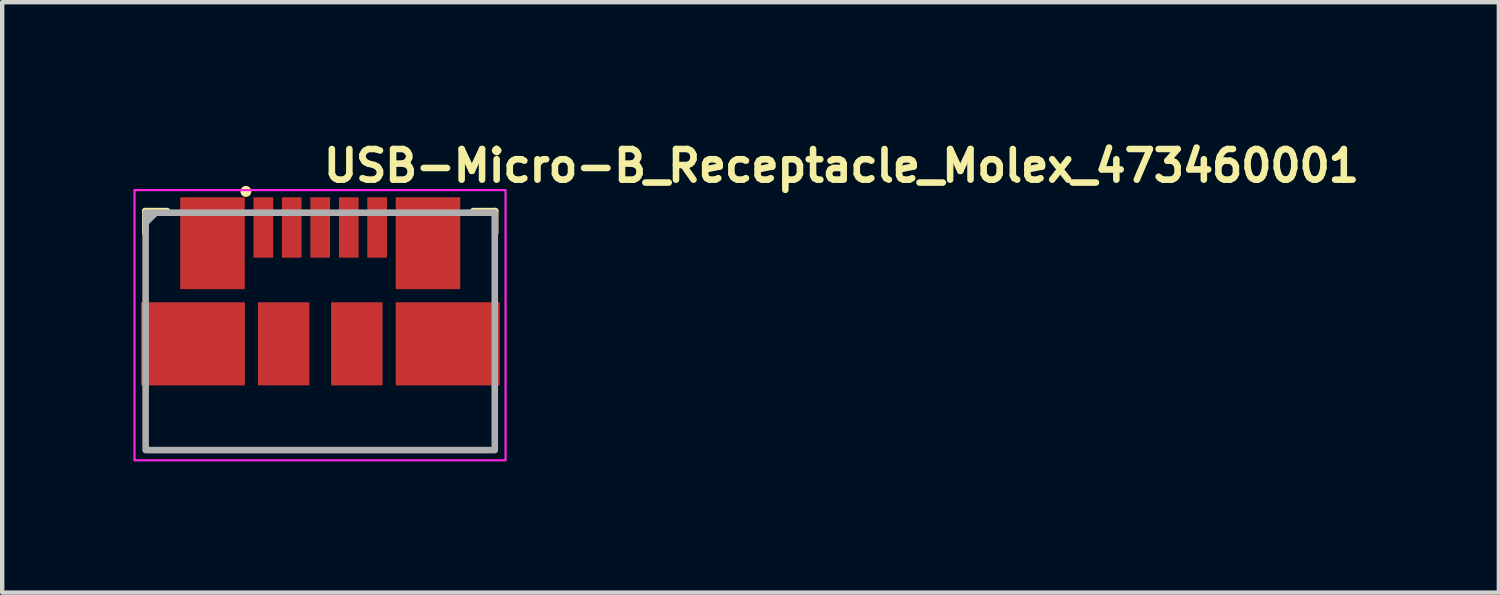
<source format=kicad_pcb>
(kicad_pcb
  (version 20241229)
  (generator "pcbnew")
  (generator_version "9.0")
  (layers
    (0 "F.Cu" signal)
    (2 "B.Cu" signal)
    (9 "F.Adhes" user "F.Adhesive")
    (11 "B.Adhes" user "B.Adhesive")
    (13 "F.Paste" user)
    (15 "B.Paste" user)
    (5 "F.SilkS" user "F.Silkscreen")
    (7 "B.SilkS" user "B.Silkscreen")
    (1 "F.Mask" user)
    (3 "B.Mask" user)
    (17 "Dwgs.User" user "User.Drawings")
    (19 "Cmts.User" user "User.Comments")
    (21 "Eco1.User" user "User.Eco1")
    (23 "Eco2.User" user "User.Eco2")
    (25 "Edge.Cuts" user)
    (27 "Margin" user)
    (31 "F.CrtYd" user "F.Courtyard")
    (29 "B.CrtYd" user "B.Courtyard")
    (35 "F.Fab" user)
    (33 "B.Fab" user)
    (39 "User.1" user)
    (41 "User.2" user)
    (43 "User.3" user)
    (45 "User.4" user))
  (footprint "USB-Micro-B_Receptacle_Molex_473460001"
    (layer "F.Cu")
    (at 4.271 4.526)
    (property "Reference" "USB-Micro-B_Receptacle_Molex_473460001" (at 0 -3.376 0) (layer "F.SilkS") (effects (font (size 0.7 0.7) (thickness 0.15)) (justify left bottom)))
    (attr smd)
    (fp_line (start -4 -2.751) (end -4 -2.251) (stroke (width 0.15) (type solid)) (layer "F.SilkS"))
    (fp_line (start -4 -2.751) (end -3.5 -2.751) (stroke (width 0.15) (type solid)) (layer "F.SilkS"))
    (fp_line (start 3.999 -2.751) (end 3.499 -2.751) (stroke (width 0.15) (type solid)) (layer "F.SilkS"))
    (fp_line (start 3.999 -2.751) (end 3.999 -2.251) (stroke (width 0.15) (type solid)) (layer "F.SilkS"))
    (fp_circle (center -1.7 -3.2) (end -1.75 -3.2) (stroke (width 0.15) (type solid)) (fill yes) (layer "F.SilkS"))
    (fp_rect (start 4.236 2.946) (end -4.246 -3.23) (stroke (width 0.05) (type solid)) (fill no) (layer "F.CrtYd"))
    (fp_line (start -3.775 -2.7) (end -3.975 -2.501) (stroke (width 0.15) (type solid)) (layer "F.Fab"))
    (fp_rect (start 3.99 2.713) (end -3.992 -2.714) (stroke (width 0.15) (type solid)) (fill no) (layer "F.Fab"))
    (fp_rect (start -3.992 -2.714) (end 3.991 2.713) (stroke (width 0.1) (type solid)) (fill no) (layer "User.5"))
    (fp_rect (start 3.991 2.713) (end -3.992 -2.714) (stroke (width 0.1) (type solid)) (fill no) (layer "User.5"))
    (fp_line (start -3.992 2.483) (end -3.838 2.357) (stroke (width 0.02) (type solid)) (layer "User.9"))
    (fp_line (start -3.992 2.483) (end -3.798 2.713) (stroke (width 0.02) (type solid)) (layer "User.9"))
    (fp_line (start -3.899 -0.148) (end -3.895 -0.156) (stroke (width 0.02) (type solid)) (layer "User.9"))
    (fp_line (start -3.899 -0.142) (end -3.899 -0.148) (stroke (width 0.02) (type solid)) (layer "User.9"))
    (fp_line (start -3.899 -0.133) (end -3.899 -0.142) (stroke (width 0.02) (type solid)) (layer "User.9"))
    (fp_line (start -3.899 -0.123) (end -3.899 -0.133) (stroke (width 0.02) (type solid)) (layer "User.9"))
    (fp_line (start -3.899 -0.117) (end -3.899 -0.123) (stroke (width 0.02) (type solid)) (layer "User.9"))
    (fp_line (start -3.899 0.385) (end -3.899 -0.117) (stroke (width 0.02) (type solid)) (layer "User.9"))
    (fp_line (start -3.899 0.394) (end -3.899 0.385) (stroke (width 0.02) (type solid)) (layer "User.9"))
    (fp_line (start -3.899 0.402) (end -3.899 0.394) (stroke (width 0.02) (type solid)) (layer "User.9"))
    (fp_line (start -3.899 0.411) (end -3.899 0.402) (stroke (width 0.02) (type solid)) (layer "User.9"))
    (fp_line (start -3.899 0.417) (end -3.899 0.411) (stroke (width 0.02) (type solid)) (layer "User.9"))
    (fp_line (start -3.895 -0.166) (end -3.888 -0.18) (stroke (width 0.02) (type solid)) (layer "User.9"))
    (fp_line (start -3.895 -0.156) (end -3.895 -0.166) (stroke (width 0.02) (type solid)) (layer "User.9"))
    (fp_line (start -3.895 0.425) (end -3.899 0.417) (stroke (width 0.02) (type solid)) (layer "User.9"))
    (fp_line (start -3.895 0.433) (end -3.895 0.425) (stroke (width 0.02) (type solid)) (layer "User.9"))
    (fp_line (start -3.891 0.441) (end -3.895 0.433) (stroke (width 0.02) (type solid)) (layer "User.9"))
    (fp_line (start -3.888 -0.18) (end -3.883 -0.197) (stroke (width 0.02) (type solid)) (layer "User.9"))
    (fp_line (start -3.888 0.451) (end -3.891 0.441) (stroke (width 0.02) (type solid)) (layer "User.9"))
    (fp_line (start -3.887 0.459) (end -3.888 0.451) (stroke (width 0.02) (type solid)) (layer "User.9"))
    (fp_line (start -3.883 -0.197) (end -3.875 -0.21) (stroke (width 0.02) (type solid)) (layer "User.9"))
    (fp_line (start -3.883 0.466) (end -3.887 0.459) (stroke (width 0.02) (type solid)) (layer "User.9"))
    (fp_line (start -3.879 0.474) (end -3.883 0.466) (stroke (width 0.02) (type solid)) (layer "User.9"))
    (fp_line (start -3.875 -0.21) (end -3.867 -0.226) (stroke (width 0.02) (type solid)) (layer "User.9"))
    (fp_line (start -3.875 0.479) (end -3.879 0.474) (stroke (width 0.02) (type solid)) (layer "User.9"))
    (fp_line (start -3.871 0.486) (end -3.875 0.479) (stroke (width 0.02) (type solid)) (layer "User.9"))
    (fp_line (start -3.867 -0.226) (end -3.859 -0.239) (stroke (width 0.02) (type solid)) (layer "User.9"))
    (fp_line (start -3.867 0.493) (end -3.871 0.486) (stroke (width 0.02) (type solid)) (layer "User.9"))
    (fp_line (start -3.863 0.499) (end -3.867 0.493) (stroke (width 0.02) (type solid)) (layer "User.9"))
    (fp_line (start -3.859 -0.239) (end -3.847 -0.249) (stroke (width 0.02) (type solid)) (layer "User.9"))
    (fp_line (start -3.859 0.506) (end -3.863 0.499) (stroke (width 0.02) (type solid)) (layer "User.9"))
    (fp_line (start -3.855 0.514) (end -3.859 0.506) (stroke (width 0.02) (type solid)) (layer "User.9"))
    (fp_line (start -3.847 -0.249) (end -3.838 -0.263) (stroke (width 0.02) (type solid)) (layer "User.9"))
    (fp_line (start -3.847 0.52) (end -3.855 0.514) (stroke (width 0.02) (type solid)) (layer "User.9"))
    (fp_line (start -3.843 0.526) (end -3.847 0.52) (stroke (width 0.02) (type solid)) (layer "User.9"))
    (fp_line (start -3.838 -0.263) (end -3.823 -0.274) (stroke (width 0.02) (type solid)) (layer "User.9"))
    (fp_line (start -3.838 0.532) (end -3.843 0.526) (stroke (width 0.02) (type solid)) (layer "User.9"))
    (fp_line (start -3.838 2.357) (end -3.75 2.285) (stroke (width 0.02) (type solid)) (layer "User.9"))
    (fp_line (start -3.83 0.537) (end -3.838 0.532) (stroke (width 0.02) (type solid)) (layer "User.9"))
    (fp_line (start -3.823 -0.274) (end -3.81 -0.283) (stroke (width 0.02) (type solid)) (layer "User.9"))
    (fp_line (start -3.823 0.543) (end -3.83 0.537) (stroke (width 0.02) (type solid)) (layer "User.9"))
    (fp_line (start -3.818 0.547) (end -3.823 0.543) (stroke (width 0.02) (type solid)) (layer "User.9"))
    (fp_line (start -3.81 -0.283) (end -3.798 -0.29) (stroke (width 0.02) (type solid)) (layer "User.9"))
    (fp_line (start -3.81 0.552) (end -3.818 0.547) (stroke (width 0.02) (type solid)) (layer "User.9"))
    (fp_line (start -3.803 0.556) (end -3.81 0.552) (stroke (width 0.02) (type solid)) (layer "User.9"))
    (fp_line (start -3.798 -0.29) (end -3.79 -0.293) (stroke (width 0.02) (type solid)) (layer "User.9"))
    (fp_line (start -3.798 0.561) (end -3.803 0.556) (stroke (width 0.02) (type solid)) (layer "User.9"))
    (fp_line (start -3.79 -0.293) (end -3.782 -0.297) (stroke (width 0.02) (type solid)) (layer "User.9"))
    (fp_line (start -3.79 0.564) (end -3.798 0.561) (stroke (width 0.02) (type solid)) (layer "User.9"))
    (fp_line (start -3.782 -0.297) (end -3.774 -0.3) (stroke (width 0.02) (type solid)) (layer "User.9"))
    (fp_line (start -3.782 0.568) (end -3.79 0.564) (stroke (width 0.02) (type solid)) (layer "User.9"))
    (fp_line (start -3.774 -0.3) (end -3.766 -0.303) (stroke (width 0.02) (type solid)) (layer "User.9"))
    (fp_line (start -3.774 0.571) (end -3.782 0.568) (stroke (width 0.02) (type solid)) (layer "User.9"))
    (fp_line (start -3.766 -0.303) (end -3.758 -0.306) (stroke (width 0.02) (type solid)) (layer "User.9"))
    (fp_line (start -3.766 0.574) (end -3.774 0.571) (stroke (width 0.02) (type solid)) (layer "User.9"))
    (fp_line (start -3.758 -0.306) (end -3.75 -0.308) (stroke (width 0.02) (type solid)) (layer "User.9"))
    (fp_line (start -3.758 0.576) (end -3.766 0.574) (stroke (width 0.02) (type solid)) (layer "User.9"))
    (fp_line (start -3.75 -2.415) (end -3.75 2.285) (stroke (width 0.02) (type solid)) (layer "User.9"))
    (fp_line (start -3.75 0.577) (end -3.758 0.576) (stroke (width 0.02) (type solid)) (layer "User.9"))
    (fp_line (start -3.645 2.588) (end -3.798 2.713) (stroke (width 0.02) (type solid)) (layer "User.9"))
    (fp_line (start -3.589 -2.415) (end -3.75 -2.415) (stroke (width 0.02) (type solid)) (layer "User.9"))
    (fp_line (start -3.589 -2.415) (end -3.589 -2.415) (stroke (width 0.02) (type solid)) (layer "User.9"))
    (fp_line (start -3.589 2.285) (end -3.75 2.285) (stroke (width 0.02) (type solid)) (layer "User.9"))
    (fp_line (start -3.589 2.285) (end -3.589 2.285) (stroke (width 0.02) (type solid)) (layer "User.9"))
    (fp_line (start -3.556 2.511) (end -3.645 2.588) (stroke (width 0.02) (type solid)) (layer "User.9"))
    (fp_line (start -3.544 2.503) (end -3.556 2.511) (stroke (width 0.02) (type solid)) (layer "User.9"))
    (fp_line (start -3.532 2.491) (end -3.544 2.503) (stroke (width 0.02) (type solid)) (layer "User.9"))
    (fp_line (start -3.52 2.479) (end -3.532 2.491) (stroke (width 0.02) (type solid)) (layer "User.9"))
    (fp_line (start -3.512 2.467) (end -3.52 2.479) (stroke (width 0.02) (type solid)) (layer "User.9"))
    (fp_line (start -3.501 2.455) (end -3.512 2.467) (stroke (width 0.02) (type solid)) (layer "User.9"))
    (fp_line (start -3.492 2.439) (end -3.501 2.455) (stroke (width 0.02) (type solid)) (layer "User.9"))
    (fp_line (start -3.484 2.426) (end -3.492 2.439) (stroke (width 0.02) (type solid)) (layer "User.9"))
    (fp_line (start -3.477 2.413) (end -3.484 2.426) (stroke (width 0.02) (type solid)) (layer "User.9"))
    (fp_line (start -3.472 2.398) (end -3.477 2.413) (stroke (width 0.02) (type solid)) (layer "User.9"))
    (fp_line (start -3.465 2.382) (end -3.472 2.398) (stroke (width 0.02) (type solid)) (layer "User.9"))
    (fp_line (start -3.46 2.369) (end -3.465 2.382) (stroke (width 0.02) (type solid)) (layer "User.9"))
    (fp_line (start -3.457 2.354) (end -3.46 2.369) (stroke (width 0.02) (type solid)) (layer "User.9"))
    (fp_line (start -3.455 2.338) (end -3.457 2.354) (stroke (width 0.02) (type solid)) (layer "User.9"))
    (fp_line (start -3.451 2.285) (end -3.451 2.289) (stroke (width 0.02) (type solid)) (layer "User.9"))
    (fp_line (start -3.451 2.289) (end -3.451 2.306) (stroke (width 0.02) (type solid)) (layer "User.9"))
    (fp_line (start -3.451 2.306) (end -3.451 2.322) (stroke (width 0.02) (type solid)) (layer "User.9"))
    (fp_line (start -3.451 2.322) (end -3.455 2.338) (stroke (width 0.02) (type solid)) (layer "User.9"))
    (fp_line (start -3.202 -2.415) (end -3.589 -2.415) (stroke (width 0.02) (type solid)) (layer "User.9"))
    (fp_line (start -3.202 -2.415) (end -2.258 -2.415) (stroke (width 0.02) (type solid)) (layer "User.9"))
    (fp_line (start -3.202 2.285) (end -3.589 2.285) (stroke (width 0.02) (type solid)) (layer "User.9"))
    (fp_line (start -3.202 2.354) (end -3.202 2.285) (stroke (width 0.02) (type solid)) (layer "User.9"))
    (fp_line (start -3.202 2.354) (end -3.201 2.362) (stroke (width 0.02) (type solid)) (layer "User.9"))
    (fp_line (start -3.202 2.591) (end -3.202 2.354) (stroke (width 0.02) (type solid)) (layer "User.9"))
    (fp_line (start -3.201 2.362) (end -3.201 2.369) (stroke (width 0.02) (type solid)) (layer "User.9"))
    (fp_line (start -3.201 2.369) (end -3.197 2.374) (stroke (width 0.02) (type solid)) (layer "User.9"))
    (fp_line (start -3.201 2.592) (end -3.202 2.591) (stroke (width 0.02) (type solid)) (layer "User.9"))
    (fp_line (start -3.201 2.596) (end -3.201 2.592) (stroke (width 0.02) (type solid)) (layer "User.9"))
    (fp_line (start -3.201 2.6) (end -3.201 2.596) (stroke (width 0.02) (type solid)) (layer "User.9"))
    (fp_line (start -3.201 2.603) (end -3.201 2.6) (stroke (width 0.02) (type solid)) (layer "User.9"))
    (fp_line (start -3.198 2.604) (end -3.201 2.603) (stroke (width 0.02) (type solid)) (layer "User.9"))
    (fp_line (start -3.197 2.374) (end -3.197 2.381) (stroke (width 0.02) (type solid)) (layer "User.9"))
    (fp_line (start -3.197 2.381) (end -3.193 2.386) (stroke (width 0.02) (type solid)) (layer "User.9"))
    (fp_line (start -3.197 2.608) (end -3.198 2.604) (stroke (width 0.02) (type solid)) (layer "User.9"))
    (fp_line (start -3.197 2.612) (end -3.197 2.608) (stroke (width 0.02) (type solid)) (layer "User.9"))
    (fp_line (start -3.197 2.615) (end -3.197 2.612) (stroke (width 0.02) (type solid)) (layer "User.9"))
    (fp_line (start -3.193 2.386) (end -3.193 2.393) (stroke (width 0.02) (type solid)) (layer "User.9"))
    (fp_line (start -3.193 2.393) (end -3.189 2.398) (stroke (width 0.02) (type solid)) (layer "User.9"))
    (fp_line (start -3.193 2.62) (end -3.197 2.615) (stroke (width 0.02) (type solid)) (layer "User.9"))
    (fp_line (start -3.193 2.627) (end -3.193 2.62) (stroke (width 0.02) (type solid)) (layer "User.9"))
    (fp_line (start -3.189 2.398) (end -3.185 2.402) (stroke (width 0.02) (type solid)) (layer "User.9"))
    (fp_line (start -3.189 2.632) (end -3.193 2.627) (stroke (width 0.02) (type solid)) (layer "User.9"))
    (fp_line (start -3.185 2.402) (end -3.181 2.41) (stroke (width 0.02) (type solid)) (layer "User.9"))
    (fp_line (start -3.185 2.636) (end -3.189 2.632) (stroke (width 0.02) (type solid)) (layer "User.9"))
    (fp_line (start -3.181 2.41) (end -3.177 2.414) (stroke (width 0.02) (type solid)) (layer "User.9"))
    (fp_line (start -3.181 2.644) (end -3.185 2.636) (stroke (width 0.02) (type solid)) (layer "User.9"))
    (fp_line (start -3.177 2.414) (end -3.173 2.418) (stroke (width 0.02) (type solid)) (layer "User.9"))
    (fp_line (start -3.177 2.648) (end -3.181 2.644) (stroke (width 0.02) (type solid)) (layer "User.9"))
    (fp_line (start -3.173 2.418) (end -3.166 2.425) (stroke (width 0.02) (type solid)) (layer "User.9"))
    (fp_line (start -3.173 2.655) (end -3.177 2.648) (stroke (width 0.02) (type solid)) (layer "User.9"))
    (fp_line (start -3.166 2.425) (end -3.161 2.43) (stroke (width 0.02) (type solid)) (layer "User.9"))
    (fp_line (start -3.166 2.66) (end -3.173 2.655) (stroke (width 0.02) (type solid)) (layer "User.9"))
    (fp_line (start -3.161 2.43) (end -3.154 2.435) (stroke (width 0.02) (type solid)) (layer "User.9"))
    (fp_line (start -3.161 2.664) (end -3.166 2.66) (stroke (width 0.02) (type solid)) (layer "User.9"))
    (fp_line (start -3.154 2.435) (end -3.149 2.439) (stroke (width 0.02) (type solid)) (layer "User.9"))
    (fp_line (start -3.154 2.668) (end -3.161 2.664) (stroke (width 0.02) (type solid)) (layer "User.9"))
    (fp_line (start -3.149 2.439) (end -3.141 2.443) (stroke (width 0.02) (type solid)) (layer "User.9"))
    (fp_line (start -3.149 2.672) (end -3.154 2.668) (stroke (width 0.02) (type solid)) (layer "User.9"))
    (fp_line (start -3.141 2.443) (end -3.141 2.443) (stroke (width 0.02) (type solid)) (layer "User.9"))
    (fp_line (start -3.141 2.443) (end -3.134 2.447) (stroke (width 0.02) (type solid)) (layer "User.9"))
    (fp_line (start -3.141 2.679) (end -3.149 2.672) (stroke (width 0.02) (type solid)) (layer "User.9"))
    (fp_line (start -3.141 2.679) (end -3.141 2.679) (stroke (width 0.02) (type solid)) (layer "User.9"))
    (fp_line (start -3.134 2.447) (end -3.126 2.451) (stroke (width 0.02) (type solid)) (layer "User.9"))
    (fp_line (start -3.134 2.683) (end -3.141 2.679) (stroke (width 0.02) (type solid)) (layer "User.9"))
    (fp_line (start -3.126 2.451) (end -3.118 2.455) (stroke (width 0.02) (type solid)) (layer "User.9"))
    (fp_line (start -3.126 2.687) (end -3.134 2.683) (stroke (width 0.02) (type solid)) (layer "User.9"))
    (fp_line (start -3.118 2.455) (end -3.11 2.459) (stroke (width 0.02) (type solid)) (layer "User.9"))
    (fp_line (start -3.118 2.689) (end -3.126 2.687) (stroke (width 0.02) (type solid)) (layer "User.9"))
    (fp_line (start -3.11 2.459) (end -3.102 2.463) (stroke (width 0.02) (type solid)) (layer "User.9"))
    (fp_line (start -3.11 2.693) (end -3.118 2.689) (stroke (width 0.02) (type solid)) (layer "User.9"))
    (fp_line (start -3.102 2.463) (end -3.094 2.466) (stroke (width 0.02) (type solid)) (layer "User.9"))
    (fp_line (start -3.102 2.697) (end -3.11 2.693) (stroke (width 0.02) (type solid)) (layer "User.9"))
    (fp_line (start -3.094 2.466) (end -3.085 2.467) (stroke (width 0.02) (type solid)) (layer "User.9"))
    (fp_line (start -3.094 2.701) (end -3.102 2.697) (stroke (width 0.02) (type solid)) (layer "User.9"))
    (fp_line (start -3.085 2.467) (end -3.077 2.471) (stroke (width 0.02) (type solid)) (layer "User.9"))
    (fp_line (start -3.085 2.704) (end -3.094 2.701) (stroke (width 0.02) (type solid)) (layer "User.9"))
    (fp_line (start -3.077 2.471) (end -3.068 2.474) (stroke (width 0.02) (type solid)) (layer "User.9"))
    (fp_line (start -3.077 2.705) (end -3.085 2.704) (stroke (width 0.02) (type solid)) (layer "User.9"))
    (fp_line (start -3.068 2.474) (end -3.06 2.475) (stroke (width 0.02) (type solid)) (layer "User.9"))
    (fp_line (start -3.068 2.708) (end -3.077 2.705) (stroke (width 0.02) (type solid)) (layer "User.9"))
    (fp_line (start -3.06 2.475) (end -3.048 2.475) (stroke (width 0.02) (type solid)) (layer "User.9"))
    (fp_line (start -3.06 2.709) (end -3.068 2.708) (stroke (width 0.02) (type solid)) (layer "User.9"))
    (fp_line (start -3.048 2.475) (end -3.04 2.479) (stroke (width 0.02) (type solid)) (layer "User.9"))
    (fp_line (start -3.048 2.712) (end -3.06 2.709) (stroke (width 0.02) (type solid)) (layer "User.9"))
    (fp_line (start -3.04 2.479) (end -3.029 2.479) (stroke (width 0.02) (type solid)) (layer "User.9"))
    (fp_line (start -3.04 2.713) (end -3.048 2.712) (stroke (width 0.02) (type solid)) (layer "User.9"))
    (fp_line (start -3.029 2.479) (end -3.02 2.479) (stroke (width 0.02) (type solid)) (layer "User.9"))
    (fp_line (start -3.029 2.713) (end -3.04 2.713) (stroke (width 0.02) (type solid)) (layer "User.9"))
    (fp_line (start -3.02 2.479) (end -3.009 2.479) (stroke (width 0.02) (type solid)) (layer "User.9"))
    (fp_line (start -3.02 2.713) (end -3.029 2.713) (stroke (width 0.02) (type solid)) (layer "User.9"))
    (fp_line (start -3.009 2.479) (end -3 2.479) (stroke (width 0.02) (type solid)) (layer "User.9"))
    (fp_line (start -3.009 2.713) (end -3.02 2.713) (stroke (width 0.02) (type solid)) (layer "User.9"))
    (fp_line (start -3 -2.714) (end -3 -2.629) (stroke (width 0.02) (type solid)) (layer "User.9"))
    (fp_line (start -3 -2.714) (end -2.839 -2.714) (stroke (width 0.02) (type solid)) (layer "User.9"))
    (fp_line (start -3 -2.629) (end -3 -2.629) (stroke (width 0.02) (type solid)) (layer "User.9"))
    (fp_line (start -3 -2.629) (end -3 -2.415) (stroke (width 0.02) (type solid)) (layer "User.9"))
    (fp_line (start -3 -2.415) (end -3 -2.714) (stroke (width 0.02) (type solid)) (layer "User.9"))
    (fp_line (start -3 2.713) (end -3.009 2.713) (stroke (width 0.02) (type solid)) (layer "User.9"))
    (fp_line (start -2.976 1.152) (end -2.976 1.159) (stroke (width 0.02) (type solid)) (layer "User.9"))
    (fp_line (start -2.976 1.159) (end -2.976 1.169) (stroke (width 0.02) (type solid)) (layer "User.9"))
    (fp_line (start -2.976 1.169) (end -2.973 1.177) (stroke (width 0.02) (type solid)) (layer "User.9"))
    (fp_line (start -2.973 1.144) (end -2.976 1.152) (stroke (width 0.02) (type solid)) (layer "User.9"))
    (fp_line (start -2.973 1.177) (end -2.972 1.185) (stroke (width 0.02) (type solid)) (layer "User.9"))
    (fp_line (start -2.972 1.128) (end -2.972 1.136) (stroke (width 0.02) (type solid)) (layer "User.9"))
    (fp_line (start -2.972 1.136) (end -2.973 1.144) (stroke (width 0.02) (type solid)) (layer "User.9"))
    (fp_line (start -2.972 1.185) (end -2.972 1.193) (stroke (width 0.02) (type solid)) (layer "User.9"))
    (fp_line (start -2.972 1.193) (end -2.968 1.199) (stroke (width 0.02) (type solid)) (layer "User.9"))
    (fp_line (start -2.968 1.12) (end -2.972 1.128) (stroke (width 0.02) (type solid)) (layer "User.9"))
    (fp_line (start -2.968 1.199) (end -2.965 1.207) (stroke (width 0.02) (type solid)) (layer "User.9"))
    (fp_line (start -2.965 1.112) (end -2.968 1.12) (stroke (width 0.02) (type solid)) (layer "User.9"))
    (fp_line (start -2.965 1.207) (end -2.964 1.215) (stroke (width 0.02) (type solid)) (layer "User.9"))
    (fp_line (start -2.964 1.104) (end -2.965 1.112) (stroke (width 0.02) (type solid)) (layer "User.9"))
    (fp_line (start -2.964 1.215) (end -2.96 1.223) (stroke (width 0.02) (type solid)) (layer "User.9"))
    (fp_line (start -2.96 1.098) (end -2.964 1.104) (stroke (width 0.02) (type solid)) (layer "User.9"))
    (fp_line (start -2.96 1.098) (end -2.96 1.098) (stroke (width 0.02) (type solid)) (layer "User.9"))
    (fp_line (start -2.96 1.223) (end -2.96 1.223) (stroke (width 0.02) (type solid)) (layer "User.9"))
    (fp_line (start -2.96 1.223) (end -2.956 1.227) (stroke (width 0.02) (type solid)) (layer "User.9"))
    (fp_line (start -2.956 1.227) (end -2.953 1.229) (stroke (width 0.02) (type solid)) (layer "User.9"))
    (fp_line (start -2.953 1.09) (end -2.96 1.098) (stroke (width 0.02) (type solid)) (layer "User.9"))
    (fp_line (start -2.953 1.229) (end -2.952 1.233) (stroke (width 0.02) (type solid)) (layer "User.9"))
    (fp_line (start -2.952 1.233) (end -2.949 1.237) (stroke (width 0.02) (type solid)) (layer "User.9"))
    (fp_line (start -2.949 1.084) (end -2.953 1.09) (stroke (width 0.02) (type solid)) (layer "User.9"))
    (fp_line (start -2.949 1.237) (end -2.948 1.239) (stroke (width 0.02) (type solid)) (layer "User.9"))
    (fp_line (start -2.948 1.239) (end -2.943 1.243) (stroke (width 0.02) (type solid)) (layer "User.9"))
    (fp_line (start -2.943 1.078) (end -2.949 1.084) (stroke (width 0.02) (type solid)) (layer "User.9"))
    (fp_line (start -2.943 1.243) (end -2.943 1.245) (stroke (width 0.02) (type solid)) (layer "User.9"))
    (fp_line (start -2.943 1.245) (end -2.939 1.249) (stroke (width 0.02) (type solid)) (layer "User.9"))
    (fp_line (start -2.939 1.072) (end -2.943 1.078) (stroke (width 0.02) (type solid)) (layer "User.9"))
    (fp_line (start -2.939 1.249) (end -2.935 1.251) (stroke (width 0.02) (type solid)) (layer "User.9"))
    (fp_line (start -2.935 1.251) (end -2.932 1.255) (stroke (width 0.02) (type solid)) (layer "User.9"))
    (fp_line (start -2.932 1.066) (end -2.939 1.072) (stroke (width 0.02) (type solid)) (layer "User.9"))
    (fp_line (start -2.932 1.255) (end -2.931 1.257) (stroke (width 0.02) (type solid)) (layer "User.9"))
    (fp_line (start -2.931 1.257) (end -2.927 1.259) (stroke (width 0.02) (type solid)) (layer "User.9"))
    (fp_line (start -2.927 1.06) (end -2.932 1.066) (stroke (width 0.02) (type solid)) (layer "User.9"))
    (fp_line (start -2.927 1.259) (end -2.923 1.261) (stroke (width 0.02) (type solid)) (layer "User.9"))
    (fp_line (start -2.923 1.261) (end -2.919 1.263) (stroke (width 0.02) (type solid)) (layer "User.9"))
    (fp_line (start -2.919 1.056) (end -2.927 1.06) (stroke (width 0.02) (type solid)) (layer "User.9"))
    (fp_line (start -2.919 1.263) (end -2.915 1.267) (stroke (width 0.02) (type solid)) (layer "User.9"))
    (fp_line (start -2.915 1.267) (end -2.912 1.269) (stroke (width 0.02) (type solid)) (layer "User.9"))
    (fp_line (start -2.912 1.052) (end -2.919 1.056) (stroke (width 0.02) (type solid)) (layer "User.9"))
    (fp_line (start -2.912 1.269) (end -2.908 1.271) (stroke (width 0.02) (type solid)) (layer "User.9"))
    (fp_line (start -2.908 1.271) (end -2.907 1.273) (stroke (width 0.02) (type solid)) (layer "User.9"))
    (fp_line (start -2.907 1.048) (end -2.912 1.052) (stroke (width 0.02) (type solid)) (layer "User.9"))
    (fp_line (start -2.907 1.273) (end -2.903 1.273) (stroke (width 0.02) (type solid)) (layer "User.9"))
    (fp_line (start -2.903 1.273) (end -2.899 1.275) (stroke (width 0.02) (type solid)) (layer "User.9"))
    (fp_line (start -2.899 1.044) (end -2.907 1.048) (stroke (width 0.02) (type solid)) (layer "User.9"))
    (fp_line (start -2.899 1.275) (end -2.895 1.277) (stroke (width 0.02) (type solid)) (layer "User.9"))
    (fp_line (start -2.895 1.277) (end -2.891 1.279) (stroke (width 0.02) (type solid)) (layer "User.9"))
    (fp_line (start -2.891 1.042) (end -2.899 1.044) (stroke (width 0.02) (type solid)) (layer "User.9"))
    (fp_line (start -2.891 1.279) (end -2.887 1.279) (stroke (width 0.02) (type solid)) (layer "User.9"))
    (fp_line (start -2.887 1.279) (end -2.883 1.28) (stroke (width 0.02) (type solid)) (layer "User.9"))
    (fp_line (start -2.883 1.04) (end -2.891 1.042) (stroke (width 0.02) (type solid)) (layer "User.9"))
    (fp_line (start -2.883 1.28) (end -2.879 1.282) (stroke (width 0.02) (type solid)) (layer "User.9"))
    (fp_line (start -2.879 1.282) (end -2.875 1.282) (stroke (width 0.02) (type solid)) (layer "User.9"))
    (fp_line (start -2.875 1.038) (end -2.883 1.04) (stroke (width 0.02) (type solid)) (layer "User.9"))
    (fp_line (start -2.875 1.282) (end -2.871 1.284) (stroke (width 0.02) (type solid)) (layer "User.9"))
    (fp_line (start -2.871 1.284) (end -2.867 1.284) (stroke (width 0.02) (type solid)) (layer "User.9"))
    (fp_line (start -2.867 1.036) (end -2.875 1.038) (stroke (width 0.02) (type solid)) (layer "User.9"))
    (fp_line (start -2.867 1.284) (end -2.863 1.284) (stroke (width 0.02) (type solid)) (layer "User.9"))
    (fp_line (start -2.863 1.284) (end -2.859 1.284) (stroke (width 0.02) (type solid)) (layer "User.9"))
    (fp_line (start -2.859 1.036) (end -2.867 1.036) (stroke (width 0.02) (type solid)) (layer "User.9"))
    (fp_line (start -2.859 1.284) (end -2.855 1.284) (stroke (width 0.02) (type solid)) (layer "User.9"))
    (fp_line (start -2.855 1.284) (end -2.851 1.284) (stroke (width 0.02) (type solid)) (layer "User.9"))
    (fp_line (start -2.851 1.034) (end -2.859 1.036) (stroke (width 0.02) (type solid)) (layer "User.9"))
    (fp_line (start -2.851 1.284) (end -2.726 1.284) (stroke (width 0.02) (type solid)) (layer "User.9"))
    (fp_line (start -2.839 -2.714) (end -2.839 -2.714) (stroke (width 0.02) (type solid)) (layer "User.9"))
    (fp_line (start -2.839 -2.714) (end -2.452 -2.714) (stroke (width 0.02) (type solid)) (layer "User.9"))
    (fp_line (start -2.726 -0.185) (end -2.726 1.034) (stroke (width 0.02) (type solid)) (layer "User.9"))
    (fp_line (start -2.726 0.893) (end -2.597 0.893) (stroke (width 0.02) (type solid)) (layer "User.9"))
    (fp_line (start -2.726 1.034) (end -2.851 1.034) (stroke (width 0.02) (type solid)) (layer "User.9"))
    (fp_line (start -2.726 1.284) (end -2.726 1.294) (stroke (width 0.02) (type solid)) (layer "User.9"))
    (fp_line (start -2.726 1.294) (end -2.024 1.294) (stroke (width 0.02) (type solid)) (layer "User.9"))
    (fp_line (start -2.726 1.382) (end -2.726 1.294) (stroke (width 0.02) (type solid)) (layer "User.9"))
    (fp_line (start -2.726 1.382) (end -2.726 1.39) (stroke (width 0.02) (type solid)) (layer "User.9"))
    (fp_line (start -2.726 1.39) (end -2.726 1.398) (stroke (width 0.02) (type solid)) (layer "User.9"))
    (fp_line (start -2.726 1.398) (end -2.722 1.406) (stroke (width 0.02) (type solid)) (layer "User.9"))
    (fp_line (start -2.726 1.457) (end -2.726 1.382) (stroke (width 0.02) (type solid)) (layer "User.9"))
    (fp_line (start -2.726 1.469) (end -2.726 1.457) (stroke (width 0.02) (type solid)) (layer "User.9"))
    (fp_line (start -2.723 1.483) (end -2.726 1.469) (stroke (width 0.02) (type solid)) (layer "User.9"))
    (fp_line (start -2.722 1.406) (end -2.722 1.415) (stroke (width 0.02) (type solid)) (layer "User.9"))
    (fp_line (start -2.722 1.415) (end -2.718 1.423) (stroke (width 0.02) (type solid)) (layer "User.9"))
    (fp_line (start -2.722 1.495) (end -2.723 1.483) (stroke (width 0.02) (type solid)) (layer "User.9"))
    (fp_line (start -2.722 1.505) (end -2.722 1.495) (stroke (width 0.02) (type solid)) (layer "User.9"))
    (fp_line (start -2.718 1.423) (end -2.718 1.431) (stroke (width 0.02) (type solid)) (layer "User.9"))
    (fp_line (start -2.718 1.431) (end -2.714 1.441) (stroke (width 0.02) (type solid)) (layer "User.9"))
    (fp_line (start -2.718 1.517) (end -2.722 1.505) (stroke (width 0.02) (type solid)) (layer "User.9"))
    (fp_line (start -2.715 1.527) (end -2.718 1.517) (stroke (width 0.02) (type solid)) (layer "User.9"))
    (fp_line (start -2.714 1.441) (end -2.71 1.447) (stroke (width 0.02) (type solid)) (layer "User.9"))
    (fp_line (start -2.714 1.538) (end -2.715 1.527) (stroke (width 0.02) (type solid)) (layer "User.9"))
    (fp_line (start -2.71 1.447) (end -2.706 1.455) (stroke (width 0.02) (type solid)) (layer "User.9"))
    (fp_line (start -2.71 1.548) (end -2.714 1.538) (stroke (width 0.02) (type solid)) (layer "User.9"))
    (fp_line (start -2.706 1.455) (end -2.702 1.463) (stroke (width 0.02) (type solid)) (layer "User.9"))
    (fp_line (start -2.706 1.558) (end -2.71 1.548) (stroke (width 0.02) (type solid)) (layer "User.9"))
    (fp_line (start -2.702 1.463) (end -2.698 1.471) (stroke (width 0.02) (type solid)) (layer "User.9"))
    (fp_line (start -2.702 1.568) (end -2.706 1.558) (stroke (width 0.02) (type solid)) (layer "User.9"))
    (fp_line (start -2.698 1.471) (end -2.691 1.477) (stroke (width 0.02) (type solid)) (layer "User.9"))
    (fp_line (start -2.698 1.576) (end -2.702 1.568) (stroke (width 0.02) (type solid)) (layer "User.9"))
    (fp_line (start -2.691 1.477) (end -2.685 1.485) (stroke (width 0.02) (type solid)) (layer "User.9"))
    (fp_line (start -2.691 1.584) (end -2.698 1.576) (stroke (width 0.02) (type solid)) (layer "User.9"))
    (fp_line (start -2.686 1.592) (end -2.691 1.584) (stroke (width 0.02) (type solid)) (layer "User.9"))
    (fp_line (start -2.685 1.485) (end -2.681 1.491) (stroke (width 0.02) (type solid)) (layer "User.9"))
    (fp_line (start -2.681 1.491) (end -2.673 1.497) (stroke (width 0.02) (type solid)) (layer "User.9"))
    (fp_line (start -2.681 1.602) (end -2.686 1.592) (stroke (width 0.02) (type solid)) (layer "User.9"))
    (fp_line (start -2.677 1.608) (end -2.681 1.602) (stroke (width 0.02) (type solid)) (layer "User.9"))
    (fp_line (start -2.673 1.497) (end -2.666 1.505) (stroke (width 0.02) (type solid)) (layer "User.9"))
    (fp_line (start -2.669 1.616) (end -2.677 1.608) (stroke (width 0.02) (type solid)) (layer "User.9"))
    (fp_line (start -2.669 1.616) (end -2.669 1.616) (stroke (width 0.02) (type solid)) (layer "User.9"))
    (fp_line (start -2.666 1.505) (end -2.666 1.505) (stroke (width 0.02) (type solid)) (layer "User.9"))
    (fp_line (start -2.666 1.505) (end -2.661 1.511) (stroke (width 0.02) (type solid)) (layer "User.9"))
    (fp_line (start -2.662 1.624) (end -2.669 1.616) (stroke (width 0.02) (type solid)) (layer "User.9"))
    (fp_line (start -2.661 1.511) (end -2.653 1.515) (stroke (width 0.02) (type solid)) (layer "User.9"))
    (fp_line (start -2.657 1.63) (end -2.662 1.624) (stroke (width 0.02) (type solid)) (layer "User.9"))
    (fp_line (start -2.653 1.515) (end -2.645 1.521) (stroke (width 0.02) (type solid)) (layer "User.9"))
    (fp_line (start -2.649 1.636) (end -2.657 1.63) (stroke (width 0.02) (type solid)) (layer "User.9"))
    (fp_line (start -2.645 1.521) (end -2.637 1.525) (stroke (width 0.02) (type solid)) (layer "User.9"))
    (fp_line (start -2.642 1.644) (end -2.649 1.636) (stroke (width 0.02) (type solid)) (layer "User.9"))
    (fp_line (start -2.637 1.525) (end -2.629 1.531) (stroke (width 0.02) (type solid)) (layer "User.9"))
    (fp_line (start -2.634 1.65) (end -2.642 1.644) (stroke (width 0.02) (type solid)) (layer "User.9"))
    (fp_line (start -2.629 1.531) (end -2.621 1.535) (stroke (width 0.02) (type solid)) (layer "User.9"))
    (fp_line (start -2.629 1.656) (end -2.634 1.65) (stroke (width 0.02) (type solid)) (layer "User.9"))
    (fp_line (start -2.621 1.535) (end -2.61 1.538) (stroke (width 0.02) (type solid)) (layer "User.9"))
    (fp_line (start -2.621 1.66) (end -2.629 1.656) (stroke (width 0.02) (type solid)) (layer "User.9"))
    (fp_line (start -2.61 1.538) (end -2.601 1.542) (stroke (width 0.02) (type solid)) (layer "User.9"))
    (fp_line (start -2.61 1.665) (end -2.621 1.66) (stroke (width 0.02) (type solid)) (layer "User.9"))
    (fp_line (start -2.601 1.542) (end -2.593 1.544) (stroke (width 0.02) (type solid)) (layer "User.9"))
    (fp_line (start -2.601 1.671) (end -2.61 1.665) (stroke (width 0.02) (type solid)) (layer "User.9"))
    (fp_line (start -2.597 0.893) (end -2.399 0.893) (stroke (width 0.02) (type solid)) (layer "User.9"))
    (fp_line (start -2.593 1.544) (end -2.585 1.548) (stroke (width 0.02) (type solid)) (layer "User.9"))
    (fp_line (start -2.593 1.675) (end -2.601 1.671) (stroke (width 0.02) (type solid)) (layer "User.9"))
    (fp_line (start -2.585 1.548) (end -2.573 1.55) (stroke (width 0.02) (type solid)) (layer "User.9"))
    (fp_line (start -2.582 1.679) (end -2.593 1.675) (stroke (width 0.02) (type solid)) (layer "User.9"))
    (fp_line (start -2.573 1.55) (end -2.565 1.552) (stroke (width 0.02) (type solid)) (layer "User.9"))
    (fp_line (start -2.573 1.681) (end -2.582 1.679) (stroke (width 0.02) (type solid)) (layer "User.9"))
    (fp_line (start -2.565 1.552) (end -2.556 1.552) (stroke (width 0.02) (type solid)) (layer "User.9"))
    (fp_line (start -2.561 1.683) (end -2.573 1.681) (stroke (width 0.02) (type solid)) (layer "User.9"))
    (fp_line (start -2.556 1.552) (end -2.544 1.554) (stroke (width 0.02) (type solid)) (layer "User.9"))
    (fp_line (start -2.552 1.685) (end -2.561 1.683) (stroke (width 0.02) (type solid)) (layer "User.9"))
    (fp_line (start -2.544 1.554) (end -2.536 1.554) (stroke (width 0.02) (type solid)) (layer "User.9"))
    (fp_line (start -2.537 1.687) (end -2.552 1.685) (stroke (width 0.02) (type solid)) (layer "User.9"))
    (fp_line (start -2.536 1.554) (end -2.524 1.554) (stroke (width 0.02) (type solid)) (layer "User.9"))
    (fp_line (start -2.524 1.554) (end -2.226 1.554) (stroke (width 0.02) (type solid)) (layer "User.9"))
    (fp_line (start -2.524 1.687) (end -2.537 1.687) (stroke (width 0.02) (type solid)) (layer "User.9"))
    (fp_line (start -2.524 1.687) (end -2.226 1.687) (stroke (width 0.02) (type solid)) (layer "User.9"))
    (fp_line (start -2.452 -2.714) (end -1.903 -2.714) (stroke (width 0.02) (type solid)) (layer "User.9"))
    (fp_line (start -2.399 0.583) (end -2.726 0.583) (stroke (width 0.02) (type solid)) (layer "User.9"))
    (fp_line (start -2.392 0.584) (end -2.399 0.583) (stroke (width 0.02) (type solid)) (layer "User.9"))
    (fp_line (start -2.392 0.893) (end -2.399 0.893) (stroke (width 0.02) (type solid)) (layer "User.9"))
    (fp_line (start -2.387 0.584) (end -2.392 0.584) (stroke (width 0.02) (type solid)) (layer "User.9"))
    (fp_line (start -2.387 0.893) (end -2.392 0.893) (stroke (width 0.02) (type solid)) (layer "User.9"))
    (fp_line (start -2.379 0.585) (end -2.387 0.584) (stroke (width 0.02) (type solid)) (layer "User.9"))
    (fp_line (start -2.379 0.892) (end -2.387 0.893) (stroke (width 0.02) (type solid)) (layer "User.9"))
    (fp_line (start -2.371 -1.716) (end -2.371 -1.696) (stroke (width 0.02) (type solid)) (layer "User.9"))
    (fp_line (start -2.371 -1.716) (end -2.371 -1.416) (stroke (width 0.02) (type solid)) (layer "User.9"))
    (fp_line (start -2.371 -1.716) (end -2.258 -1.716) (stroke (width 0.02) (type solid)) (layer "User.9"))
    (fp_line (start -2.371 -1.416) (end -1.21 -1.416) (stroke (width 0.02) (type solid)) (layer "User.9"))
    (fp_line (start -2.371 0.586) (end -2.379 0.585) (stroke (width 0.02) (type solid)) (layer "User.9"))
    (fp_line (start -2.371 0.891) (end -2.379 0.892) (stroke (width 0.02) (type solid)) (layer "User.9"))
    (fp_line (start -2.363 0.588) (end -2.371 0.586) (stroke (width 0.02) (type solid)) (layer "User.9"))
    (fp_line (start -2.363 0.889) (end -2.371 0.891) (stroke (width 0.02) (type solid)) (layer "User.9"))
    (fp_line (start -2.356 0.59) (end -2.363 0.588) (stroke (width 0.02) (type solid)) (layer "User.9"))
    (fp_line (start -2.356 0.887) (end -2.363 0.889) (stroke (width 0.02) (type solid)) (layer "User.9"))
    (fp_line (start -2.351 0.592) (end -2.356 0.59) (stroke (width 0.02) (type solid)) (layer "User.9"))
    (fp_line (start -2.351 0.885) (end -2.356 0.887) (stroke (width 0.02) (type solid)) (layer "User.9"))
    (fp_line (start -2.343 0.595) (end -2.351 0.592) (stroke (width 0.02) (type solid)) (layer "User.9"))
    (fp_line (start -2.343 0.882) (end -2.351 0.885) (stroke (width 0.02) (type solid)) (layer "User.9"))
    (fp_line (start -2.335 0.598) (end -2.343 0.595) (stroke (width 0.02) (type solid)) (layer "User.9"))
    (fp_line (start -2.335 0.879) (end -2.343 0.882) (stroke (width 0.02) (type solid)) (layer "User.9"))
    (fp_line (start -2.331 0.601) (end -2.335 0.598) (stroke (width 0.02) (type solid)) (layer "User.9"))
    (fp_line (start -2.331 0.876) (end -2.335 0.879) (stroke (width 0.02) (type solid)) (layer "User.9"))
    (fp_line (start -2.323 0.605) (end -2.331 0.601) (stroke (width 0.02) (type solid)) (layer "User.9"))
    (fp_line (start -2.323 0.872) (end -2.331 0.876) (stroke (width 0.02) (type solid)) (layer "User.9"))
    (fp_line (start -2.316 0.609) (end -2.323 0.605) (stroke (width 0.02) (type solid)) (layer "User.9"))
    (fp_line (start -2.316 0.868) (end -2.323 0.872) (stroke (width 0.02) (type solid)) (layer "User.9"))
    (fp_line (start -2.311 0.613) (end -2.316 0.609) (stroke (width 0.02) (type solid)) (layer "User.9"))
    (fp_line (start -2.311 0.864) (end -2.316 0.868) (stroke (width 0.02) (type solid)) (layer "User.9"))
    (fp_line (start -2.306 0.617) (end -2.311 0.613) (stroke (width 0.02) (type solid)) (layer "User.9"))
    (fp_line (start -2.306 0.86) (end -2.311 0.864) (stroke (width 0.02) (type solid)) (layer "User.9"))
    (fp_line (start -2.299 0.622) (end -2.306 0.617) (stroke (width 0.02) (type solid)) (layer "User.9"))
    (fp_line (start -2.299 0.855) (end -2.306 0.86) (stroke (width 0.02) (type solid)) (layer "User.9"))
    (fp_line (start -2.299 2.713) (end -2.299 2.713) (stroke (width 0.02) (type solid)) (layer "User.9"))
    (fp_line (start -2.294 0.627) (end -2.299 0.622) (stroke (width 0.02) (type solid)) (layer "User.9"))
    (fp_line (start -2.294 0.627) (end -2.294 0.627) (stroke (width 0.02) (type solid)) (layer "User.9"))
    (fp_line (start -2.294 0.85) (end -2.299 0.855) (stroke (width 0.02) (type solid)) (layer "User.9"))
    (fp_line (start -2.294 0.85) (end -2.294 0.85) (stroke (width 0.02) (type solid)) (layer "User.9"))
    (fp_line (start -2.29 0.633) (end -2.294 0.627) (stroke (width 0.02) (type solid)) (layer "User.9"))
    (fp_line (start -2.29 0.844) (end -2.294 0.85) (stroke (width 0.02) (type solid)) (layer "User.9"))
    (fp_line (start -2.283 0.638) (end -2.29 0.633) (stroke (width 0.02) (type solid)) (layer "User.9"))
    (fp_line (start -2.283 0.839) (end -2.29 0.844) (stroke (width 0.02) (type solid)) (layer "User.9"))
    (fp_line (start -2.279 0.646) (end -2.283 0.638) (stroke (width 0.02) (type solid)) (layer "User.9"))
    (fp_line (start -2.279 0.833) (end -2.283 0.839) (stroke (width 0.02) (type solid)) (layer "User.9"))
    (fp_line (start -2.275 0.652) (end -2.279 0.646) (stroke (width 0.02) (type solid)) (layer "User.9"))
    (fp_line (start -2.275 0.829) (end -2.279 0.833) (stroke (width 0.02) (type solid)) (layer "User.9"))
    (fp_line (start -2.271 0.658) (end -2.275 0.652) (stroke (width 0.02) (type solid)) (layer "User.9"))
    (fp_line (start -2.271 0.823) (end -2.275 0.829) (stroke (width 0.02) (type solid)) (layer "User.9"))
    (fp_line (start -2.267 0.665) (end -2.271 0.658) (stroke (width 0.02) (type solid)) (layer "User.9"))
    (fp_line (start -2.267 0.816) (end -2.271 0.823) (stroke (width 0.02) (type solid)) (layer "User.9"))
    (fp_line (start -2.266 0.671) (end -2.267 0.665) (stroke (width 0.02) (type solid)) (layer "User.9"))
    (fp_line (start -2.266 0.81) (end -2.267 0.816) (stroke (width 0.02) (type solid)) (layer "User.9"))
    (fp_line (start -2.262 0.678) (end -2.266 0.671) (stroke (width 0.02) (type solid)) (layer "User.9"))
    (fp_line (start -2.262 0.803) (end -2.266 0.81) (stroke (width 0.02) (type solid)) (layer "User.9"))
    (fp_line (start -2.258 -2.415) (end -2.142 -2.415) (stroke (width 0.02) (type solid)) (layer "User.9"))
    (fp_line (start -2.258 -1.716) (end -2.142 -1.716) (stroke (width 0.02) (type solid)) (layer "User.9"))
    (fp_line (start -2.258 0.685) (end -2.262 0.678) (stroke (width 0.02) (type solid)) (layer "User.9"))
    (fp_line (start -2.258 0.692) (end -2.258 0.685) (stroke (width 0.02) (type solid)) (layer "User.9"))
    (fp_line (start -2.258 0.789) (end -2.258 0.796) (stroke (width 0.02) (type solid)) (layer "User.9"))
    (fp_line (start -2.258 0.796) (end -2.262 0.803) (stroke (width 0.02) (type solid)) (layer "User.9"))
    (fp_line (start -2.254 0.699) (end -2.258 0.692) (stroke (width 0.02) (type solid)) (layer "User.9"))
    (fp_line (start -2.254 0.704) (end -2.254 0.699) (stroke (width 0.02) (type solid)) (layer "User.9"))
    (fp_line (start -2.254 0.775) (end -2.254 0.782) (stroke (width 0.02) (type solid)) (layer "User.9"))
    (fp_line (start -2.254 0.782) (end -2.258 0.789) (stroke (width 0.02) (type solid)) (layer "User.9"))
    (fp_line (start -2.251 0.711) (end -2.254 0.704) (stroke (width 0.02) (type solid)) (layer "User.9"))
    (fp_line (start -2.251 0.766) (end -2.254 0.775) (stroke (width 0.02) (type solid)) (layer "User.9"))
    (fp_line (start -2.25 0.719) (end -2.251 0.711) (stroke (width 0.02) (type solid)) (layer "User.9"))
    (fp_line (start -2.25 0.726) (end -2.25 0.719) (stroke (width 0.02) (type solid)) (layer "User.9"))
    (fp_line (start -2.25 0.733) (end -2.25 0.726) (stroke (width 0.02) (type solid)) (layer "User.9"))
    (fp_line (start -2.25 0.733) (end -2.25 0.743) (stroke (width 0.02) (type solid)) (layer "User.9"))
    (fp_line (start -2.25 0.743) (end -2.25 0.751) (stroke (width 0.02) (type solid)) (layer "User.9"))
    (fp_line (start -2.25 0.751) (end -2.25 0.758) (stroke (width 0.02) (type solid)) (layer "User.9"))
    (fp_line (start -2.25 0.758) (end -2.251 0.766) (stroke (width 0.02) (type solid)) (layer "User.9"))
    (fp_line (start -2.226 1.554) (end -2.215 1.554) (stroke (width 0.02) (type solid)) (layer "User.9"))
    (fp_line (start -2.218 1.687) (end -2.226 1.687) (stroke (width 0.02) (type solid)) (layer "User.9"))
    (fp_line (start -2.215 1.554) (end -2.206 1.554) (stroke (width 0.02) (type solid)) (layer "User.9"))
    (fp_line (start -2.214 1.687) (end -2.218 1.687) (stroke (width 0.02) (type solid)) (layer "User.9"))
    (fp_line (start -2.206 1.554) (end -2.195 1.552) (stroke (width 0.02) (type solid)) (layer "User.9"))
    (fp_line (start -2.206 1.687) (end -2.214 1.687) (stroke (width 0.02) (type solid)) (layer "User.9"))
    (fp_line (start -2.199 1.685) (end -2.206 1.687) (stroke (width 0.02) (type solid)) (layer "User.9"))
    (fp_line (start -2.195 1.552) (end -2.186 1.552) (stroke (width 0.02) (type solid)) (layer "User.9"))
    (fp_line (start -2.194 1.685) (end -2.199 1.685) (stroke (width 0.02) (type solid)) (layer "User.9"))
    (fp_line (start -2.19 1.683) (end -2.194 1.685) (stroke (width 0.02) (type solid)) (layer "User.9"))
    (fp_line (start -2.186 1.552) (end -2.178 1.55) (stroke (width 0.02) (type solid)) (layer "User.9"))
    (fp_line (start -2.182 1.683) (end -2.19 1.683) (stroke (width 0.02) (type solid)) (layer "User.9"))
    (fp_line (start -2.178 1.55) (end -2.166 1.548) (stroke (width 0.02) (type solid)) (layer "User.9"))
    (fp_line (start -2.178 1.681) (end -2.182 1.683) (stroke (width 0.02) (type solid)) (layer "User.9"))
    (fp_line (start -2.173 1.679) (end -2.178 1.681) (stroke (width 0.02) (type solid)) (layer "User.9"))
    (fp_line (start -2.169 1.679) (end -2.173 1.679) (stroke (width 0.02) (type solid)) (layer "User.9"))
    (fp_line (start -2.166 1.548) (end -2.157 1.544) (stroke (width 0.02) (type solid)) (layer "User.9"))
    (fp_line (start -2.162 1.677) (end -2.169 1.679) (stroke (width 0.02) (type solid)) (layer "User.9"))
    (fp_line (start -2.157 1.544) (end -2.149 1.542) (stroke (width 0.02) (type solid)) (layer "User.9"))
    (fp_line (start -2.157 1.675) (end -2.162 1.677) (stroke (width 0.02) (type solid)) (layer "User.9"))
    (fp_line (start -2.153 1.673) (end -2.157 1.675) (stroke (width 0.02) (type solid)) (layer "User.9"))
    (fp_line (start -2.149 1.542) (end -2.141 1.538) (stroke (width 0.02) (type solid)) (layer "User.9"))
    (fp_line (start -2.149 1.671) (end -2.153 1.673) (stroke (width 0.02) (type solid)) (layer "User.9"))
    (fp_line (start -2.145 1.669) (end -2.149 1.671) (stroke (width 0.02) (type solid)) (layer "User.9"))
    (fp_line (start -2.142 -2.415) (end -1.811 -2.415) (stroke (width 0.02) (type solid)) (layer "User.9"))
    (fp_line (start -2.142 -1.716) (end -1.647 -1.716) (stroke (width 0.02) (type solid)) (layer "User.9"))
    (fp_line (start -2.141 1.538) (end -2.13 1.535) (stroke (width 0.02) (type solid)) (layer "User.9"))
    (fp_line (start -2.141 1.665) (end -2.145 1.669) (stroke (width 0.02) (type solid)) (layer "User.9"))
    (fp_line (start -2.13 1.535) (end -2.122 1.531) (stroke (width 0.02) (type solid)) (layer "User.9"))
    (fp_line (start -2.13 1.66) (end -2.141 1.665) (stroke (width 0.02) (type solid)) (layer "User.9"))
    (fp_line (start -2.122 1.531) (end -2.114 1.525) (stroke (width 0.02) (type solid)) (layer "User.9"))
    (fp_line (start -2.122 1.656) (end -2.13 1.66) (stroke (width 0.02) (type solid)) (layer "User.9"))
    (fp_line (start -2.117 1.65) (end -2.122 1.656) (stroke (width 0.02) (type solid)) (layer "User.9"))
    (fp_line (start -2.114 1.525) (end -2.106 1.521) (stroke (width 0.02) (type solid)) (layer "User.9"))
    (fp_line (start -2.109 1.644) (end -2.117 1.65) (stroke (width 0.02) (type solid)) (layer "User.9"))
    (fp_line (start -2.106 1.521) (end -2.098 1.515) (stroke (width 0.02) (type solid)) (layer "User.9"))
    (fp_line (start -2.101 1.636) (end -2.109 1.644) (stroke (width 0.02) (type solid)) (layer "User.9"))
    (fp_line (start -2.098 1.515) (end -2.09 1.509) (stroke (width 0.02) (type solid)) (layer "User.9"))
    (fp_line (start -2.093 1.63) (end -2.101 1.636) (stroke (width 0.02) (type solid)) (layer "User.9"))
    (fp_line (start -2.09 1.509) (end -2.085 1.505) (stroke (width 0.02) (type solid)) (layer "User.9"))
    (fp_line (start -2.089 1.624) (end -2.093 1.63) (stroke (width 0.02) (type solid)) (layer "User.9"))
    (fp_line (start -2.085 1.505) (end -2.085 1.505) (stroke (width 0.02) (type solid)) (layer "User.9"))
    (fp_line (start -2.085 1.505) (end -2.077 1.497) (stroke (width 0.02) (type solid)) (layer "User.9"))
    (fp_line (start -2.081 1.616) (end -2.089 1.624) (stroke (width 0.02) (type solid)) (layer "User.9"))
    (fp_line (start -2.081 1.616) (end -2.081 1.616) (stroke (width 0.02) (type solid)) (layer "User.9"))
    (fp_line (start -2.077 1.497) (end -2.07 1.491) (stroke (width 0.02) (type solid)) (layer "User.9"))
    (fp_line (start -2.074 1.608) (end -2.081 1.616) (stroke (width 0.02) (type solid)) (layer "User.9"))
    (fp_line (start -2.07 1.491) (end -2.065 1.485) (stroke (width 0.02) (type solid)) (layer "User.9"))
    (fp_line (start -2.069 1.602) (end -2.074 1.608) (stroke (width 0.02) (type solid)) (layer "User.9"))
    (fp_line (start -2.065 1.485) (end -2.058 1.477) (stroke (width 0.02) (type solid)) (layer "User.9"))
    (fp_line (start -2.065 1.592) (end -2.069 1.602) (stroke (width 0.02) (type solid)) (layer "User.9"))
    (fp_line (start -2.058 1.477) (end -2.053 1.471) (stroke (width 0.02) (type solid)) (layer "User.9"))
    (fp_line (start -2.058 1.584) (end -2.065 1.592) (stroke (width 0.02) (type solid)) (layer "User.9"))
    (fp_line (start -2.053 1.471) (end -2.049 1.463) (stroke (width 0.02) (type solid)) (layer "User.9"))
    (fp_line (start -2.053 1.576) (end -2.058 1.584) (stroke (width 0.02) (type solid)) (layer "User.9"))
    (fp_line (start -2.049 1.463) (end -2.044 1.455) (stroke (width 0.02) (type solid)) (layer "User.9"))
    (fp_line (start -2.049 1.568) (end -2.053 1.576) (stroke (width 0.02) (type solid)) (layer "User.9"))
    (fp_line (start -2.045 1.558) (end -2.049 1.568) (stroke (width 0.02) (type solid)) (layer "User.9"))
    (fp_line (start -2.044 1.455) (end -2.04 1.447) (stroke (width 0.02) (type solid)) (layer "User.9"))
    (fp_line (start -2.041 1.548) (end -2.045 1.558) (stroke (width 0.02) (type solid)) (layer "User.9"))
    (fp_line (start -2.04 1.447) (end -2.036 1.441) (stroke (width 0.02) (type solid)) (layer "User.9"))
    (fp_line (start -2.037 1.538) (end -2.041 1.548) (stroke (width 0.02) (type solid)) (layer "User.9"))
    (fp_line (start -2.036 1.441) (end -2.033 1.431) (stroke (width 0.02) (type solid)) (layer "User.9"))
    (fp_line (start -2.036 1.527) (end -2.037 1.538) (stroke (width 0.02) (type solid)) (layer "User.9"))
    (fp_line (start -2.033 1.431) (end -2.032 1.423) (stroke (width 0.02) (type solid)) (layer "User.9"))
    (fp_line (start -2.032 1.423) (end -2.028 1.415) (stroke (width 0.02) (type solid)) (layer "User.9"))
    (fp_line (start -2.032 1.517) (end -2.036 1.527) (stroke (width 0.02) (type solid)) (layer "User.9"))
    (fp_line (start -2.029 1.505) (end -2.032 1.517) (stroke (width 0.02) (type solid)) (layer "User.9"))
    (fp_line (start -2.028 1.406) (end -2.025 1.398) (stroke (width 0.02) (type solid)) (layer "User.9"))
    (fp_line (start -2.028 1.415) (end -2.028 1.406) (stroke (width 0.02) (type solid)) (layer "User.9"))
    (fp_line (start -2.028 1.483) (end -2.028 1.495) (stroke (width 0.02) (type solid)) (layer "User.9"))
    (fp_line (start -2.028 1.495) (end -2.029 1.505) (stroke (width 0.02) (type solid)) (layer "User.9"))
    (fp_line (start -2.025 1.39) (end -2.024 1.382) (stroke (width 0.02) (type solid)) (layer "User.9"))
    (fp_line (start -2.025 1.398) (end -2.025 1.39) (stroke (width 0.02) (type solid)) (layer "User.9"))
    (fp_line (start -2.025 1.469) (end -2.028 1.483) (stroke (width 0.02) (type solid)) (layer "User.9"))
    (fp_line (start -2.024 -0.185) (end -2.726 -0.185) (stroke (width 0.02) (type solid)) (layer "User.9"))
    (fp_line (start -2.024 1.034) (end -2.024 -0.185) (stroke (width 0.02) (type solid)) (layer "User.9"))
    (fp_line (start -2.024 1.284) (end -1.899 1.284) (stroke (width 0.02) (type solid)) (layer "User.9"))
    (fp_line (start -2.024 1.294) (end -2.024 1.284) (stroke (width 0.02) (type solid)) (layer "User.9"))
    (fp_line (start -2.024 1.382) (end -2.024 1.294) (stroke (width 0.02) (type solid)) (layer "User.9"))
    (fp_line (start -2.024 1.382) (end -2.024 1.457) (stroke (width 0.02) (type solid)) (layer "User.9"))
    (fp_line (start -2.024 1.457) (end -2.025 1.469) (stroke (width 0.02) (type solid)) (layer "User.9"))
    (fp_line (start -1.903 -2.714) (end -1.21 -2.714) (stroke (width 0.02) (type solid)) (layer "User.9"))
    (fp_line (start -1.903 -2.415) (end -1.903 -2.714) (stroke (width 0.02) (type solid)) (layer "User.9"))
    (fp_line (start -1.899 1.034) (end -2.024 1.034) (stroke (width 0.02) (type solid)) (layer "User.9"))
    (fp_line (start -1.899 1.284) (end -1.891 1.284) (stroke (width 0.02) (type solid)) (layer "User.9"))
    (fp_line (start -1.895 1.036) (end -1.899 1.034) (stroke (width 0.02) (type solid)) (layer "User.9"))
    (fp_line (start -1.891 1.036) (end -1.895 1.036) (stroke (width 0.02) (type solid)) (layer "User.9"))
    (fp_line (start -1.891 1.284) (end -1.883 1.284) (stroke (width 0.02) (type solid)) (layer "User.9"))
    (fp_line (start -1.887 1.036) (end -1.891 1.036) (stroke (width 0.02) (type solid)) (layer "User.9"))
    (fp_line (start -1.883 1.036) (end -1.887 1.036) (stroke (width 0.02) (type solid)) (layer "User.9"))
    (fp_line (start -1.883 1.284) (end -1.875 1.282) (stroke (width 0.02) (type solid)) (layer "User.9"))
    (fp_line (start -1.879 1.036) (end -1.883 1.036) (stroke (width 0.02) (type solid)) (layer "User.9"))
    (fp_line (start -1.875 1.038) (end -1.879 1.036) (stroke (width 0.02) (type solid)) (layer "User.9"))
    (fp_line (start -1.875 1.282) (end -1.867 1.28) (stroke (width 0.02) (type solid)) (layer "User.9"))
    (fp_line (start -1.871 1.038) (end -1.875 1.038) (stroke (width 0.02) (type solid)) (layer "User.9"))
    (fp_line (start -1.867 1.04) (end -1.871 1.038) (stroke (width 0.02) (type solid)) (layer "User.9"))
    (fp_line (start -1.867 1.28) (end -1.859 1.279) (stroke (width 0.02) (type solid)) (layer "User.9"))
    (fp_line (start -1.863 1.04) (end -1.867 1.04) (stroke (width 0.02) (type solid)) (layer "User.9"))
    (fp_line (start -1.859 1.042) (end -1.863 1.04) (stroke (width 0.02) (type solid)) (layer "User.9"))
    (fp_line (start -1.859 1.279) (end -1.853 1.275) (stroke (width 0.02) (type solid)) (layer "User.9"))
    (fp_line (start -1.855 1.044) (end -1.859 1.042) (stroke (width 0.02) (type solid)) (layer "User.9"))
    (fp_line (start -1.853 1.044) (end -1.855 1.044) (stroke (width 0.02) (type solid)) (layer "User.9"))
    (fp_line (start -1.853 1.275) (end -1.845 1.273) (stroke (width 0.02) (type solid)) (layer "User.9"))
    (fp_line (start -1.849 1.046) (end -1.853 1.044) (stroke (width 0.02) (type solid)) (layer "User.9"))
    (fp_line (start -1.845 1.048) (end -1.849 1.046) (stroke (width 0.02) (type solid)) (layer "User.9"))
    (fp_line (start -1.845 1.273) (end -1.837 1.269) (stroke (width 0.02) (type solid)) (layer "User.9"))
    (fp_line (start -1.841 1.05) (end -1.845 1.048) (stroke (width 0.02) (type solid)) (layer "User.9"))
    (fp_line (start -1.837 1.052) (end -1.841 1.05) (stroke (width 0.02) (type solid)) (layer "User.9"))
    (fp_line (start -1.837 1.269) (end -1.831 1.263) (stroke (width 0.02) (type solid)) (layer "User.9"))
    (fp_line (start -1.835 1.054) (end -1.837 1.052) (stroke (width 0.02) (type solid)) (layer "User.9"))
    (fp_line (start -1.831 1.056) (end -1.835 1.054) (stroke (width 0.02) (type solid)) (layer "User.9"))
    (fp_line (start -1.831 1.263) (end -1.825 1.259) (stroke (width 0.02) (type solid)) (layer "User.9"))
    (fp_line (start -1.827 1.058) (end -1.831 1.056) (stroke (width 0.02) (type solid)) (layer "User.9"))
    (fp_line (start -1.825 1.06) (end -1.827 1.058) (stroke (width 0.02) (type solid)) (layer "User.9"))
    (fp_line (start -1.825 1.259) (end -1.817 1.255) (stroke (width 0.02) (type solid)) (layer "User.9"))
    (fp_line (start -1.821 1.064) (end -1.825 1.06) (stroke (width 0.02) (type solid)) (layer "User.9"))
    (fp_line (start -1.817 1.066) (end -1.821 1.064) (stroke (width 0.02) (type solid)) (layer "User.9"))
    (fp_line (start -1.817 1.255) (end -1.811 1.249) (stroke (width 0.02) (type solid)) (layer "User.9"))
    (fp_line (start -1.815 1.068) (end -1.817 1.066) (stroke (width 0.02) (type solid)) (layer "User.9"))
    (fp_line (start -1.811 1.072) (end -1.815 1.068) (stroke (width 0.02) (type solid)) (layer "User.9"))
    (fp_line (start -1.811 1.249) (end -1.807 1.243) (stroke (width 0.02) (type solid)) (layer "User.9"))
    (fp_line (start -1.809 1.074) (end -1.811 1.072) (stroke (width 0.02) (type solid)) (layer "User.9"))
    (fp_line (start -1.807 1.078) (end -1.809 1.074) (stroke (width 0.02) (type solid)) (layer "User.9"))
    (fp_line (start -1.807 1.243) (end -1.801 1.237) (stroke (width 0.02) (type solid)) (layer "User.9"))
    (fp_line (start -1.803 1.08) (end -1.807 1.078) (stroke (width 0.02) (type solid)) (layer "User.9"))
    (fp_line (start -1.801 1.084) (end -1.803 1.08) (stroke (width 0.02) (type solid)) (layer "User.9"))
    (fp_line (start -1.801 1.237) (end -1.797 1.229) (stroke (width 0.02) (type solid)) (layer "User.9"))
    (fp_line (start -1.799 -2.415) (end -1.811 -2.415) (stroke (width 0.02) (type solid)) (layer "User.9"))
    (fp_line (start -1.799 1.088) (end -1.801 1.084) (stroke (width 0.02) (type solid)) (layer "User.9"))
    (fp_line (start -1.797 1.09) (end -1.799 1.088) (stroke (width 0.02) (type solid)) (layer "User.9"))
    (fp_line (start -1.797 1.229) (end -1.792 1.223) (stroke (width 0.02) (type solid)) (layer "User.9"))
    (fp_line (start -1.793 1.094) (end -1.797 1.09) (stroke (width 0.02) (type solid)) (layer "User.9"))
    (fp_line (start -1.792 1.098) (end -1.793 1.094) (stroke (width 0.02) (type solid)) (layer "User.9"))
    (fp_line (start -1.792 1.098) (end -1.792 1.098) (stroke (width 0.02) (type solid)) (layer "User.9"))
    (fp_line (start -1.792 1.223) (end -1.792 1.223) (stroke (width 0.02) (type solid)) (layer "User.9"))
    (fp_line (start -1.792 1.223) (end -1.788 1.215) (stroke (width 0.02) (type solid)) (layer "User.9"))
    (fp_line (start -1.788 1.104) (end -1.792 1.098) (stroke (width 0.02) (type solid)) (layer "User.9"))
    (fp_line (start -1.788 1.215) (end -1.784 1.207) (stroke (width 0.02) (type solid)) (layer "User.9"))
    (fp_line (start -1.786 -2.415) (end -1.799 -2.415) (stroke (width 0.02) (type solid)) (layer "User.9"))
    (fp_line (start -1.784 1.112) (end -1.788 1.104) (stroke (width 0.02) (type solid)) (layer "User.9"))
    (fp_line (start -1.784 1.207) (end -1.782 1.199) (stroke (width 0.02) (type solid)) (layer "User.9"))
    (fp_line (start -1.782 1.12) (end -1.784 1.112) (stroke (width 0.02) (type solid)) (layer "User.9"))
    (fp_line (start -1.782 1.199) (end -1.78 1.193) (stroke (width 0.02) (type solid)) (layer "User.9"))
    (fp_line (start -1.78 1.128) (end -1.782 1.12) (stroke (width 0.02) (type solid)) (layer "User.9"))
    (fp_line (start -1.78 1.193) (end -1.778 1.185) (stroke (width 0.02) (type solid)) (layer "User.9"))
    (fp_line (start -1.778 1.136) (end -1.78 1.128) (stroke (width 0.02) (type solid)) (layer "User.9"))
    (fp_line (start -1.778 1.185) (end -1.776 1.177) (stroke (width 0.02) (type solid)) (layer "User.9"))
    (fp_line (start -1.776 1.144) (end -1.778 1.136) (stroke (width 0.02) (type solid)) (layer "User.9"))
    (fp_line (start -1.776 1.152) (end -1.776 1.144) (stroke (width 0.02) (type solid)) (layer "User.9"))
    (fp_line (start -1.776 1.169) (end -1.774 1.159) (stroke (width 0.02) (type solid)) (layer "User.9"))
    (fp_line (start -1.776 1.177) (end -1.776 1.169) (stroke (width 0.02) (type solid)) (layer "User.9"))
    (fp_line (start -1.774 -2.411) (end -1.786 -2.415) (stroke (width 0.02) (type solid)) (layer "User.9"))
    (fp_line (start -1.774 1.159) (end -1.776 1.152) (stroke (width 0.02) (type solid)) (layer "User.9"))
    (fp_line (start -1.762 -2.408) (end -1.774 -2.411) (stroke (width 0.02) (type solid)) (layer "User.9"))
    (fp_line (start -1.75 -2.407) (end -1.762 -2.408) (stroke (width 0.02) (type solid)) (layer "User.9"))
    (fp_line (start -1.738 -2.403) (end -1.75 -2.407) (stroke (width 0.02) (type solid)) (layer "User.9"))
    (fp_line (start -1.726 -2.396) (end -1.738 -2.403) (stroke (width 0.02) (type solid)) (layer "User.9"))
    (fp_line (start -1.716 -2.391) (end -1.726 -2.396) (stroke (width 0.02) (type solid)) (layer "User.9"))
    (fp_line (start -1.704 -2.387) (end -1.716 -2.391) (stroke (width 0.02) (type solid)) (layer "User.9"))
    (fp_line (start -1.694 -2.379) (end -1.704 -2.387) (stroke (width 0.02) (type solid)) (layer "User.9"))
    (fp_line (start -1.684 -2.371) (end -1.694 -2.379) (stroke (width 0.02) (type solid)) (layer "User.9"))
    (fp_line (start -1.674 -2.363) (end -1.684 -2.371) (stroke (width 0.02) (type solid)) (layer "User.9"))
    (fp_line (start -1.666 -2.355) (end -1.674 -2.363) (stroke (width 0.02) (type solid)) (layer "User.9"))
    (fp_line (start -1.655 -2.347) (end -1.666 -2.355) (stroke (width 0.02) (type solid)) (layer "User.9"))
    (fp_line (start -1.647 -2.339) (end -1.655 -2.347) (stroke (width 0.02) (type solid)) (layer "User.9"))
    (fp_line (start -1.647 -1.716) (end -1.643 -1.716) (stroke (width 0.02) (type solid)) (layer "User.9"))
    (fp_line (start -1.643 -1.716) (end -1.639 -1.716) (stroke (width 0.02) (type solid)) (layer "User.9"))
    (fp_line (start -1.639 -1.716) (end -1.635 -1.716) (stroke (width 0.02) (type solid)) (layer "User.9"))
    (fp_line (start -1.637 -2.327) (end -1.647 -2.339) (stroke (width 0.02) (type solid)) (layer "User.9"))
    (fp_line (start -1.635 -1.716) (end -1.631 -1.718) (stroke (width 0.02) (type solid)) (layer "User.9"))
    (fp_line (start -1.631 -1.718) (end -1.627 -1.718) (stroke (width 0.02) (type solid)) (layer "User.9"))
    (fp_line (start -1.629 -2.316) (end -1.637 -2.327) (stroke (width 0.02) (type solid)) (layer "User.9"))
    (fp_line (start -1.627 -1.718) (end -1.623 -1.72) (stroke (width 0.02) (type solid)) (layer "User.9"))
    (fp_line (start -1.623 -1.72) (end -1.619 -1.722) (stroke (width 0.02) (type solid)) (layer "User.9"))
    (fp_line (start -1.621 -2.307) (end -1.629 -2.316) (stroke (width 0.02) (type solid)) (layer "User.9"))
    (fp_line (start -1.619 -1.722) (end -1.615 -1.722) (stroke (width 0.02) (type solid)) (layer "User.9"))
    (fp_line (start -1.615 -2.294) (end -1.621 -2.307) (stroke (width 0.02) (type solid)) (layer "User.9"))
    (fp_line (start -1.615 -1.722) (end -1.611 -1.724) (stroke (width 0.02) (type solid)) (layer "User.9"))
    (fp_line (start -1.611 -1.724) (end -1.609 -1.728) (stroke (width 0.02) (type solid)) (layer "User.9"))
    (fp_line (start -1.609 -1.728) (end -1.605 -1.73) (stroke (width 0.02) (type solid)) (layer "User.9"))
    (fp_line (start -1.607 -2.282) (end -1.615 -2.294) (stroke (width 0.02) (type solid)) (layer "User.9"))
    (fp_line (start -1.605 -1.73) (end -1.601 -1.732) (stroke (width 0.02) (type solid)) (layer "User.9"))
    (fp_line (start -1.601 -1.732) (end -1.599 -1.734) (stroke (width 0.02) (type solid)) (layer "User.9"))
    (fp_line (start -1.599 -1.734) (end -1.595 -1.738) (stroke (width 0.02) (type solid)) (layer "User.9"))
    (fp_line (start -1.595 -2.258) (end -1.607 -2.282) (stroke (width 0.02) (type solid)) (layer "User.9"))
    (fp_line (start -1.595 -1.738) (end -1.593 -1.74) (stroke (width 0.02) (type solid)) (layer "User.9"))
    (fp_line (start -1.593 -1.74) (end -1.589 -1.744) (stroke (width 0.02) (type solid)) (layer "User.9"))
    (fp_line (start -1.589 -2.246) (end -1.595 -2.258) (stroke (width 0.02) (type solid)) (layer "User.9"))
    (fp_line (start -1.589 -1.744) (end -1.587 -1.748) (stroke (width 0.02) (type solid)) (layer "User.9"))
    (fp_line (start -1.587 -1.748) (end -1.585 -1.752) (stroke (width 0.02) (type solid)) (layer "User.9"))
    (fp_line (start -1.585 -2.231) (end -1.589 -2.246) (stroke (width 0.02) (type solid)) (layer "User.9"))
    (fp_line (start -1.585 -1.752) (end -1.581 -1.756) (stroke (width 0.02) (type solid)) (layer "User.9"))
    (fp_line (start -1.581 -2.218) (end -1.585 -2.231) (stroke (width 0.02) (type solid)) (layer "User.9"))
    (fp_line (start -1.581 -1.756) (end -1.579 -1.76) (stroke (width 0.02) (type solid)) (layer "User.9"))
    (fp_line (start -1.579 -1.76) (end -1.577 -1.764) (stroke (width 0.02) (type solid)) (layer "User.9"))
    (fp_line (start -1.577 -2.206) (end -1.581 -2.218) (stroke (width 0.02) (type solid)) (layer "User.9"))
    (fp_line (start -1.577 -1.764) (end -1.575 -1.768) (stroke (width 0.02) (type solid)) (layer "User.9"))
    (fp_line (start -1.575 -1.768) (end -1.573 -1.772) (stroke (width 0.02) (type solid)) (layer "User.9"))
    (fp_line (start -1.573 -2.19) (end -1.577 -2.206) (stroke (width 0.02) (type solid)) (layer "User.9"))
    (fp_line (start -1.573 -1.772) (end -1.571 -1.776) (stroke (width 0.02) (type solid)) (layer "User.9"))
    (fp_line (start -1.571 -2.177) (end -1.573 -2.19) (stroke (width 0.02) (type solid)) (layer "User.9"))
    (fp_line (start -1.571 -1.78) (end -1.569 -1.786) (stroke (width 0.02) (type solid)) (layer "User.9"))
    (fp_line (start -1.571 -1.776) (end -1.571 -1.78) (stroke (width 0.02) (type solid)) (layer "User.9"))
    (fp_line (start -1.569 -2.161) (end -1.571 -2.177) (stroke (width 0.02) (type solid)) (layer "User.9"))
    (fp_line (start -1.569 -1.79) (end -1.567 -1.795) (stroke (width 0.02) (type solid)) (layer "User.9"))
    (fp_line (start -1.569 -1.786) (end -1.569 -1.79) (stroke (width 0.02) (type solid)) (layer "User.9"))
    (fp_line (start -1.567 -2.145) (end -1.569 -2.161) (stroke (width 0.02) (type solid)) (layer "User.9"))
    (fp_line (start -1.567 -1.799) (end -1.565 -1.805) (stroke (width 0.02) (type solid)) (layer "User.9"))
    (fp_line (start -1.567 -1.795) (end -1.567 -1.799) (stroke (width 0.02) (type solid)) (layer "User.9"))
    (fp_line (start -1.565 -2.13) (end -1.567 -2.145) (stroke (width 0.02) (type solid)) (layer "User.9"))
    (fp_line (start -1.565 -2.117) (end -1.565 -2.13) (stroke (width 0.02) (type solid)) (layer "User.9"))
    (fp_line (start -1.565 -2.117) (end -1.565 -1.815) (stroke (width 0.02) (type solid)) (layer "User.9"))
    (fp_line (start -1.565 -1.809) (end -1.565 -1.815) (stroke (width 0.02) (type solid)) (layer "User.9"))
    (fp_line (start -1.565 -1.805) (end -1.565 -1.809) (stroke (width 0.02) (type solid)) (layer "User.9"))
    (fp_line (start -1.339 -2.415) (end -2.142 -2.415) (stroke (width 0.02) (type solid)) (layer "User.9"))
    (fp_line (start -1.339 -2.415) (end -1.21 -2.415) (stroke (width 0.02) (type solid)) (layer "User.9"))
    (fp_line (start -1.21 -2.714) (end 1.209 -2.714) (stroke (width 0.02) (type solid)) (layer "User.9"))
    (fp_line (start -1.21 -2.629) (end -1.21 -2.714) (stroke (width 0.02) (type solid)) (layer "User.9"))
    (fp_line (start -1.21 -2.629) (end -1.21 -2.629) (stroke (width 0.02) (type solid)) (layer "User.9"))
    (fp_line (start -1.21 -2.415) (end -1.21 -2.629) (stroke (width 0.02) (type solid)) (layer "User.9"))
    (fp_line (start -1.21 -1.696) (end -2.371 -1.696) (stroke (width 0.02) (type solid)) (layer "User.9"))
    (fp_line (start -1.21 -1.416) (end -1.21 -2.415) (stroke (width 0.02) (type solid)) (layer "User.9"))
    (fp_line (start -0.411 -1.577) (end -0.411 -1.565) (stroke (width 0.02) (type solid)) (layer "User.9"))
    (fp_line (start -0.411 -1.565) (end -0.411 -1.266) (stroke (width 0.02) (type solid)) (layer "User.9"))
    (fp_line (start -0.411 -1.466) (end 0.41 -1.466) (stroke (width 0.02) (type solid)) (layer "User.9"))
    (fp_line (start -0.41 -1.589) (end -0.411 -1.577) (stroke (width 0.02) (type solid)) (layer "User.9"))
    (fp_line (start -0.409 -1.601) (end -0.41 -1.589) (stroke (width 0.02) (type solid)) (layer "User.9"))
    (fp_line (start -0.407 -1.615) (end -0.409 -1.601) (stroke (width 0.02) (type solid)) (layer "User.9"))
    (fp_line (start -0.404 -1.625) (end -0.407 -1.615) (stroke (width 0.02) (type solid)) (layer "User.9"))
    (fp_line (start -0.401 -1.637) (end -0.404 -1.625) (stroke (width 0.02) (type solid)) (layer "User.9"))
    (fp_line (start -0.397 -1.649) (end -0.401 -1.637) (stroke (width 0.02) (type solid)) (layer "User.9"))
    (fp_line (start -0.392 -1.661) (end -0.397 -1.649) (stroke (width 0.02) (type solid)) (layer "User.9"))
    (fp_line (start -0.388 -1.672) (end -0.392 -1.661) (stroke (width 0.02) (type solid)) (layer "User.9"))
    (fp_line (start -0.38 -1.682) (end -0.388 -1.672) (stroke (width 0.02) (type solid)) (layer "User.9"))
    (fp_line (start -0.374 -1.694) (end -0.38 -1.682) (stroke (width 0.02) (type solid)) (layer "User.9"))
    (fp_line (start -0.367 -1.704) (end -0.374 -1.694) (stroke (width 0.02) (type solid)) (layer "User.9"))
    (fp_line (start -0.36 -1.714) (end -0.367 -1.704) (stroke (width 0.02) (type solid)) (layer "User.9"))
    (fp_line (start -0.353 -1.724) (end -0.36 -1.714) (stroke (width 0.02) (type solid)) (layer "User.9"))
    (fp_line (start -0.347 -1.732) (end -0.353 -1.724) (stroke (width 0.02) (type solid)) (layer "User.9"))
    (fp_line (start -0.338 -1.742) (end -0.347 -1.732) (stroke (width 0.02) (type solid)) (layer "User.9"))
    (fp_line (start -0.338 -1.742) (end -0.338 -1.742) (stroke (width 0.02) (type solid)) (layer "User.9"))
    (fp_line (start -0.329 -1.75) (end -0.338 -1.742) (stroke (width 0.02) (type solid)) (layer "User.9"))
    (fp_line (start -0.318 -1.758) (end -0.329 -1.75) (stroke (width 0.02) (type solid)) (layer "User.9"))
    (fp_line (start -0.308 -1.766) (end -0.318 -1.758) (stroke (width 0.02) (type solid)) (layer "User.9"))
    (fp_line (start -0.298 -1.772) (end -0.308 -1.766) (stroke (width 0.02) (type solid)) (layer "User.9"))
    (fp_line (start -0.289 -1.78) (end -0.298 -1.772) (stroke (width 0.02) (type solid)) (layer "User.9"))
    (fp_line (start -0.279 -1.786) (end -0.289 -1.78) (stroke (width 0.02) (type solid)) (layer "User.9"))
    (fp_line (start -0.268 -1.792) (end -0.279 -1.786) (stroke (width 0.02) (type solid)) (layer "User.9"))
    (fp_line (start -0.255 -1.795) (end -0.268 -1.792) (stroke (width 0.02) (type solid)) (layer "User.9"))
    (fp_line (start -0.244 -1.801) (end -0.255 -1.795) (stroke (width 0.02) (type solid)) (layer "User.9"))
    (fp_line (start -0.234 -1.805) (end -0.244 -1.801) (stroke (width 0.02) (type solid)) (layer "User.9"))
    (fp_line (start -0.22 -1.807) (end -0.234 -1.805) (stroke (width 0.02) (type solid)) (layer "User.9"))
    (fp_line (start -0.209 -1.811) (end -0.22 -1.807) (stroke (width 0.02) (type solid)) (layer "User.9"))
    (fp_line (start -0.198 -1.813) (end -0.209 -1.811) (stroke (width 0.02) (type solid)) (layer "User.9"))
    (fp_line (start -0.184 -1.813) (end -0.198 -1.813) (stroke (width 0.02) (type solid)) (layer "User.9"))
    (fp_line (start -0.174 -1.815) (end -0.184 -1.813) (stroke (width 0.02) (type solid)) (layer "User.9"))
    (fp_line (start -0.162 -1.815) (end -0.411 -1.815) (stroke (width 0.02) (type solid)) (layer "User.9"))
    (fp_line (start -0.162 -1.815) (end -0.174 -1.815) (stroke (width 0.02) (type solid)) (layer "User.9"))
    (fp_line (start 0.158 -1.815) (end -0.162 -1.815) (stroke (width 0.02) (type solid)) (layer "User.9"))
    (fp_line (start 0.173 -1.815) (end 0.158 -1.815) (stroke (width 0.02) (type solid)) (layer "User.9"))
    (fp_line (start 0.183 -1.813) (end 0.173 -1.815) (stroke (width 0.02) (type solid)) (layer "User.9"))
    (fp_line (start 0.197 -1.813) (end 0.183 -1.813) (stroke (width 0.02) (type solid)) (layer "User.9"))
    (fp_line (start 0.208 -1.811) (end 0.197 -1.813) (stroke (width 0.02) (type solid)) (layer "User.9"))
    (fp_line (start 0.219 -1.807) (end 0.208 -1.811) (stroke (width 0.02) (type solid)) (layer "User.9"))
    (fp_line (start 0.233 -1.805) (end 0.219 -1.807) (stroke (width 0.02) (type solid)) (layer "User.9"))
    (fp_line (start 0.243 -1.801) (end 0.233 -1.805) (stroke (width 0.02) (type solid)) (layer "User.9"))
    (fp_line (start 0.254 -1.795) (end 0.243 -1.801) (stroke (width 0.02) (type solid)) (layer "User.9"))
    (fp_line (start 0.267 -1.792) (end 0.254 -1.795) (stroke (width 0.02) (type solid)) (layer "User.9"))
    (fp_line (start 0.278 -1.786) (end 0.267 -1.792) (stroke (width 0.02) (type solid)) (layer "User.9"))
    (fp_line (start 0.288 -1.78) (end 0.278 -1.786) (stroke (width 0.02) (type solid)) (layer "User.9"))
    (fp_line (start 0.297 -1.772) (end 0.288 -1.78) (stroke (width 0.02) (type solid)) (layer "User.9"))
    (fp_line (start 0.307 -1.766) (end 0.297 -1.772) (stroke (width 0.02) (type solid)) (layer "User.9"))
    (fp_line (start 0.317 -1.758) (end 0.307 -1.766) (stroke (width 0.02) (type solid)) (layer "User.9"))
    (fp_line (start 0.328 -1.75) (end 0.317 -1.758) (stroke (width 0.02) (type solid)) (layer "User.9"))
    (fp_line (start 0.337 -1.742) (end 0.328 -1.75) (stroke (width 0.02) (type solid)) (layer "User.9"))
    (fp_line (start 0.337 -1.742) (end 0.337 -1.742) (stroke (width 0.02) (type solid)) (layer "User.9"))
    (fp_line (start 0.346 -1.732) (end 0.337 -1.742) (stroke (width 0.02) (type solid)) (layer "User.9"))
    (fp_line (start 0.352 -1.724) (end 0.346 -1.732) (stroke (width 0.02) (type solid)) (layer "User.9"))
    (fp_line (start 0.359 -1.714) (end 0.352 -1.724) (stroke (width 0.02) (type solid)) (layer "User.9"))
    (fp_line (start 0.366 -1.704) (end 0.359 -1.714) (stroke (width 0.02) (type solid)) (layer "User.9"))
    (fp_line (start 0.373 -1.694) (end 0.366 -1.704) (stroke (width 0.02) (type solid)) (layer "User.9"))
    (fp_line (start 0.379 -1.682) (end 0.373 -1.694) (stroke (width 0.02) (type solid)) (layer "User.9"))
    (fp_line (start 0.387 -1.672) (end 0.379 -1.682) (stroke (width 0.02) (type solid)) (layer "User.9"))
    (fp_line (start 0.391 -1.661) (end 0.387 -1.672) (stroke (width 0.02) (type solid)) (layer "User.9"))
    (fp_line (start 0.396 -1.649) (end 0.391 -1.661) (stroke (width 0.02) (type solid)) (layer "User.9"))
    (fp_line (start 0.4 -1.637) (end 0.396 -1.649) (stroke (width 0.02) (type solid)) (layer "User.9"))
    (fp_line (start 0.403 -1.625) (end 0.4 -1.637) (stroke (width 0.02) (type solid)) (layer "User.9"))
    (fp_line (start 0.406 -1.615) (end 0.403 -1.625) (stroke (width 0.02) (type solid)) (layer "User.9"))
    (fp_line (start 0.408 -1.601) (end 0.406 -1.615) (stroke (width 0.02) (type solid)) (layer "User.9"))
    (fp_line (start 0.409 -1.589) (end 0.408 -1.601) (stroke (width 0.02) (type solid)) (layer "User.9"))
    (fp_line (start 0.41 -1.815) (end 0.158 -1.815) (stroke (width 0.02) (type solid)) (layer "User.9"))
    (fp_line (start 0.41 -1.577) (end 0.409 -1.589) (stroke (width 0.02) (type solid)) (layer "User.9"))
    (fp_line (start 0.41 -1.565) (end 0.41 -1.577) (stroke (width 0.02) (type solid)) (layer "User.9"))
    (fp_line (start 0.41 -1.266) (end 0.41 -1.565) (stroke (width 0.02) (type solid)) (layer "User.9"))
    (fp_line (start 1.209 -2.714) (end 1.209 -2.629) (stroke (width 0.02) (type solid)) (layer "User.9"))
    (fp_line (start 1.209 -2.714) (end 1.902 -2.714) (stroke (width 0.02) (type solid)) (layer "User.9"))
    (fp_line (start 1.209 -2.629) (end 1.209 -2.629) (stroke (width 0.02) (type solid)) (layer "User.9"))
    (fp_line (start 1.209 -2.629) (end 1.209 -2.415) (stroke (width 0.02) (type solid)) (layer "User.9"))
    (fp_line (start 1.209 -2.415) (end 1.209 -1.416) (stroke (width 0.02) (type solid)) (layer "User.9"))
    (fp_line (start 1.209 -2.415) (end 1.34 -2.415) (stroke (width 0.02) (type solid)) (layer "User.9"))
    (fp_line (start 1.209 -1.416) (end 2.37 -1.416) (stroke (width 0.02) (type solid)) (layer "User.9"))
    (fp_line (start 1.566 -2.145) (end 1.566 -2.13) (stroke (width 0.02) (type solid)) (layer "User.9"))
    (fp_line (start 1.566 -2.13) (end 1.566 -2.117) (stroke (width 0.02) (type solid)) (layer "User.9"))
    (fp_line (start 1.566 -2.117) (end 1.566 -1.815) (stroke (width 0.02) (type solid)) (layer "User.9"))
    (fp_line (start 1.566 -1.815) (end 1.566 -1.809) (stroke (width 0.02) (type solid)) (layer "User.9"))
    (fp_line (start 1.566 -1.809) (end 1.566 -1.805) (stroke (width 0.02) (type solid)) (layer "User.9"))
    (fp_line (start 1.566 -1.805) (end 1.566 -1.799) (stroke (width 0.02) (type solid)) (layer "User.9"))
    (fp_line (start 1.566 -1.799) (end 1.568 -1.795) (stroke (width 0.02) (type solid)) (layer "User.9"))
    (fp_line (start 1.568 -2.161) (end 1.566 -2.145) (stroke (width 0.02) (type solid)) (layer "User.9"))
    (fp_line (start 1.568 -1.795) (end 1.568 -1.79) (stroke (width 0.02) (type solid)) (layer "User.9"))
    (fp_line (start 1.568 -1.79) (end 1.57 -1.786) (stroke (width 0.02) (type solid)) (layer "User.9"))
    (fp_line (start 1.57 -2.177) (end 1.568 -2.161) (stroke (width 0.02) (type solid)) (layer "User.9"))
    (fp_line (start 1.57 -1.786) (end 1.57 -1.78) (stroke (width 0.02) (type solid)) (layer "User.9"))
    (fp_line (start 1.57 -1.78) (end 1.572 -1.776) (stroke (width 0.02) (type solid)) (layer "User.9"))
    (fp_line (start 1.572 -1.776) (end 1.574 -1.772) (stroke (width 0.02) (type solid)) (layer "User.9"))
    (fp_line (start 1.574 -2.19) (end 1.57 -2.177) (stroke (width 0.02) (type solid)) (layer "User.9"))
    (fp_line (start 1.574 -1.772) (end 1.576 -1.768) (stroke (width 0.02) (type solid)) (layer "User.9"))
    (fp_line (start 1.576 -2.206) (end 1.574 -2.19) (stroke (width 0.02) (type solid)) (layer "User.9"))
    (fp_line (start 1.576 -1.768) (end 1.58 -1.76) (stroke (width 0.02) (type solid)) (layer "User.9"))
    (fp_line (start 1.58 -2.218) (end 1.576 -2.206) (stroke (width 0.02) (type solid)) (layer "User.9"))
    (fp_line (start 1.58 -1.76) (end 1.582 -1.756) (stroke (width 0.02) (type solid)) (layer "User.9"))
    (fp_line (start 1.582 -1.756) (end 1.584 -1.752) (stroke (width 0.02) (type solid)) (layer "User.9"))
    (fp_line (start 1.584 -2.231) (end 1.58 -2.218) (stroke (width 0.02) (type solid)) (layer "User.9"))
    (fp_line (start 1.584 -1.752) (end 1.586 -1.748) (stroke (width 0.02) (type solid)) (layer "User.9"))
    (fp_line (start 1.586 -1.748) (end 1.59 -1.744) (stroke (width 0.02) (type solid)) (layer "User.9"))
    (fp_line (start 1.59 -2.246) (end 1.584 -2.231) (stroke (width 0.02) (type solid)) (layer "User.9"))
    (fp_line (start 1.59 -1.744) (end 1.592 -1.74) (stroke (width 0.02) (type solid)) (layer "User.9"))
    (fp_line (start 1.592 -1.74) (end 1.596 -1.738) (stroke (width 0.02) (type solid)) (layer "User.9"))
    (fp_line (start 1.596 -2.258) (end 1.59 -2.246) (stroke (width 0.02) (type solid)) (layer "User.9"))
    (fp_line (start 1.596 -1.738) (end 1.598 -1.734) (stroke (width 0.02) (type solid)) (layer "User.9"))
    (fp_line (start 1.598 -1.734) (end 1.602 -1.732) (stroke (width 0.02) (type solid)) (layer "User.9"))
    (fp_line (start 1.602 -2.27) (end 1.596 -2.258) (stroke (width 0.02) (type solid)) (layer "User.9"))
    (fp_line (start 1.602 -1.732) (end 1.604 -1.73) (stroke (width 0.02) (type solid)) (layer "User.9"))
    (fp_line (start 1.604 -1.73) (end 1.608 -1.728) (stroke (width 0.02) (type solid)) (layer "User.9"))
    (fp_line (start 1.608 -2.282) (end 1.602 -2.27) (stroke (width 0.02) (type solid)) (layer "User.9"))
    (fp_line (start 1.608 -1.728) (end 1.612 -1.724) (stroke (width 0.02) (type solid)) (layer "User.9"))
    (fp_line (start 1.612 -1.724) (end 1.616 -1.722) (stroke (width 0.02) (type solid)) (layer "User.9"))
    (fp_line (start 1.614 -2.294) (end 1.608 -2.282) (stroke (width 0.02) (type solid)) (layer "User.9"))
    (fp_line (start 1.616 -1.722) (end 1.62 -1.722) (stroke (width 0.02) (type solid)) (layer "User.9"))
    (fp_line (start 1.62 -1.722) (end 1.624 -1.72) (stroke (width 0.02) (type solid)) (layer "User.9"))
    (fp_line (start 1.622 -2.307) (end 1.614 -2.294) (stroke (width 0.02) (type solid)) (layer "User.9"))
    (fp_line (start 1.624 -1.72) (end 1.626 -1.718) (stroke (width 0.02) (type solid)) (layer "User.9"))
    (fp_line (start 1.626 -1.718) (end 1.63 -1.718) (stroke (width 0.02) (type solid)) (layer "User.9"))
    (fp_line (start 1.63 -2.316) (end 1.622 -2.307) (stroke (width 0.02) (type solid)) (layer "User.9"))
    (fp_line (start 1.63 -1.718) (end 1.634 -1.716) (stroke (width 0.02) (type solid)) (layer "User.9"))
    (fp_line (start 1.634 -1.716) (end 1.64 -1.716) (stroke (width 0.02) (type solid)) (layer "User.9"))
    (fp_line (start 1.638 -2.327) (end 1.63 -2.316) (stroke (width 0.02) (type solid)) (layer "User.9"))
    (fp_line (start 1.64 -1.716) (end 1.644 -1.716) (stroke (width 0.02) (type solid)) (layer "User.9"))
    (fp_line (start 1.644 -1.716) (end 1.648 -1.716) (stroke (width 0.02) (type solid)) (layer "User.9"))
    (fp_line (start 1.646 -2.339) (end 1.638 -2.327) (stroke (width 0.02) (type solid)) (layer "User.9"))
    (fp_line (start 1.648 -1.716) (end 2.143 -1.716) (stroke (width 0.02) (type solid)) (layer "User.9"))
    (fp_line (start 1.654 -2.347) (end 1.646 -2.339) (stroke (width 0.02) (type solid)) (layer "User.9"))
    (fp_line (start 1.665 -2.355) (end 1.654 -2.347) (stroke (width 0.02) (type solid)) (layer "User.9"))
    (fp_line (start 1.673 -2.363) (end 1.665 -2.355) (stroke (width 0.02) (type solid)) (layer "User.9"))
    (fp_line (start 1.683 -2.371) (end 1.673 -2.363) (stroke (width 0.02) (type solid)) (layer "User.9"))
    (fp_line (start 1.695 -2.379) (end 1.683 -2.371) (stroke (width 0.02) (type solid)) (layer "User.9"))
    (fp_line (start 1.705 -2.387) (end 1.695 -2.379) (stroke (width 0.02) (type solid)) (layer "User.9"))
    (fp_line (start 1.715 -2.391) (end 1.705 -2.387) (stroke (width 0.02) (type solid)) (layer "User.9"))
    (fp_line (start 1.727 -2.396) (end 1.715 -2.391) (stroke (width 0.02) (type solid)) (layer "User.9"))
    (fp_line (start 1.739 -2.403) (end 1.727 -2.396) (stroke (width 0.02) (type solid)) (layer "User.9"))
    (fp_line (start 1.749 -2.407) (end 1.739 -2.403) (stroke (width 0.02) (type solid)) (layer "User.9"))
    (fp_line (start 1.761 -2.408) (end 1.749 -2.407) (stroke (width 0.02) (type solid)) (layer "User.9"))
    (fp_line (start 1.773 -2.411) (end 1.761 -2.408) (stroke (width 0.02) (type solid)) (layer "User.9"))
    (fp_line (start 1.775 1.152) (end 1.775 1.159) (stroke (width 0.02) (type solid)) (layer "User.9"))
    (fp_line (start 1.775 1.159) (end 1.775 1.169) (stroke (width 0.02) (type solid)) (layer "User.9"))
    (fp_line (start 1.775 1.169) (end 1.777 1.177) (stroke (width 0.02) (type solid)) (layer "User.9"))
    (fp_line (start 1.777 1.136) (end 1.777 1.144) (stroke (width 0.02) (type solid)) (layer "User.9"))
    (fp_line (start 1.777 1.144) (end 1.775 1.152) (stroke (width 0.02) (type solid)) (layer "User.9"))
    (fp_line (start 1.777 1.177) (end 1.777 1.185) (stroke (width 0.02) (type solid)) (layer "User.9"))
    (fp_line (start 1.777 1.185) (end 1.779 1.193) (stroke (width 0.02) (type solid)) (layer "User.9"))
    (fp_line (start 1.779 1.128) (end 1.777 1.136) (stroke (width 0.02) (type solid)) (layer "User.9"))
    (fp_line (start 1.779 1.193) (end 1.781 1.199) (stroke (width 0.02) (type solid)) (layer "User.9"))
    (fp_line (start 1.781 1.12) (end 1.779 1.128) (stroke (width 0.02) (type solid)) (layer "User.9"))
    (fp_line (start 1.781 1.199) (end 1.785 1.207) (stroke (width 0.02) (type solid)) (layer "User.9"))
    (fp_line (start 1.785 1.112) (end 1.781 1.12) (stroke (width 0.02) (type solid)) (layer "User.9"))
    (fp_line (start 1.785 1.207) (end 1.787 1.215) (stroke (width 0.02) (type solid)) (layer "User.9"))
    (fp_line (start 1.787 -2.415) (end 1.773 -2.411) (stroke (width 0.02) (type solid)) (layer "User.9"))
    (fp_line (start 1.787 1.104) (end 1.785 1.112) (stroke (width 0.02) (type solid)) (layer "User.9"))
    (fp_line (start 1.787 1.215) (end 1.791 1.223) (stroke (width 0.02) (type solid)) (layer "User.9"))
    (fp_line (start 1.791 1.098) (end 1.787 1.104) (stroke (width 0.02) (type solid)) (layer "User.9"))
    (fp_line (start 1.791 1.098) (end 1.791 1.098) (stroke (width 0.02) (type solid)) (layer "User.9"))
    (fp_line (start 1.791 1.223) (end 1.791 1.223) (stroke (width 0.02) (type solid)) (layer "User.9"))
    (fp_line (start 1.791 1.223) (end 1.794 1.227) (stroke (width 0.02) (type solid)) (layer "User.9"))
    (fp_line (start 1.794 1.227) (end 1.796 1.229) (stroke (width 0.02) (type solid)) (layer "User.9"))
    (fp_line (start 1.796 1.09) (end 1.791 1.098) (stroke (width 0.02) (type solid)) (layer "User.9"))
    (fp_line (start 1.796 1.229) (end 1.798 1.233) (stroke (width 0.02) (type solid)) (layer "User.9"))
    (fp_line (start 1.798 -2.415) (end 1.787 -2.415) (stroke (width 0.02) (type solid)) (layer "User.9"))
    (fp_line (start 1.798 1.233) (end 1.8 1.237) (stroke (width 0.02) (type solid)) (layer "User.9"))
    (fp_line (start 1.8 1.084) (end 1.796 1.09) (stroke (width 0.02) (type solid)) (layer "User.9"))
    (fp_line (start 1.8 1.237) (end 1.804 1.239) (stroke (width 0.02) (type solid)) (layer "User.9"))
    (fp_line (start 1.804 1.239) (end 1.806 1.243) (stroke (width 0.02) (type solid)) (layer "User.9"))
    (fp_line (start 1.806 1.078) (end 1.8 1.084) (stroke (width 0.02) (type solid)) (layer "User.9"))
    (fp_line (start 1.806 1.243) (end 1.808 1.245) (stroke (width 0.02) (type solid)) (layer "User.9"))
    (fp_line (start 1.808 1.245) (end 1.812 1.249) (stroke (width 0.02) (type solid)) (layer "User.9"))
    (fp_line (start 1.812 -2.415) (end 1.798 -2.415) (stroke (width 0.02) (type solid)) (layer "User.9"))
    (fp_line (start 1.812 -2.415) (end 2.143 -2.415) (stroke (width 0.02) (type solid)) (layer "User.9"))
    (fp_line (start 1.812 1.072) (end 1.806 1.078) (stroke (width 0.02) (type solid)) (layer "User.9"))
    (fp_line (start 1.812 1.249) (end 1.814 1.251) (stroke (width 0.02) (type solid)) (layer "User.9"))
    (fp_line (start 1.814 1.251) (end 1.818 1.255) (stroke (width 0.02) (type solid)) (layer "User.9"))
    (fp_line (start 1.818 1.066) (end 1.812 1.072) (stroke (width 0.02) (type solid)) (layer "User.9"))
    (fp_line (start 1.818 1.255) (end 1.82 1.257) (stroke (width 0.02) (type solid)) (layer "User.9"))
    (fp_line (start 1.82 1.257) (end 1.824 1.259) (stroke (width 0.02) (type solid)) (layer "User.9"))
    (fp_line (start 1.824 1.06) (end 1.818 1.066) (stroke (width 0.02) (type solid)) (layer "User.9"))
    (fp_line (start 1.824 1.259) (end 1.828 1.261) (stroke (width 0.02) (type solid)) (layer "User.9"))
    (fp_line (start 1.828 1.261) (end 1.83 1.263) (stroke (width 0.02) (type solid)) (layer "User.9"))
    (fp_line (start 1.83 1.056) (end 1.824 1.06) (stroke (width 0.02) (type solid)) (layer "User.9"))
    (fp_line (start 1.83 1.263) (end 1.834 1.267) (stroke (width 0.02) (type solid)) (layer "User.9"))
    (fp_line (start 1.834 1.267) (end 1.838 1.269) (stroke (width 0.02) (type solid)) (layer "User.9"))
    (fp_line (start 1.838 1.052) (end 1.83 1.056) (stroke (width 0.02) (type solid)) (layer "User.9"))
    (fp_line (start 1.838 1.269) (end 1.842 1.271) (stroke (width 0.02) (type solid)) (layer "User.9"))
    (fp_line (start 1.842 1.271) (end 1.844 1.273) (stroke (width 0.02) (type solid)) (layer "User.9"))
    (fp_line (start 1.844 1.048) (end 1.838 1.052) (stroke (width 0.02) (type solid)) (layer "User.9"))
    (fp_line (start 1.844 1.273) (end 1.848 1.273) (stroke (width 0.02) (type solid)) (layer "User.9"))
    (fp_line (start 1.848 1.273) (end 1.852 1.275) (stroke (width 0.02) (type solid)) (layer "User.9"))
    (fp_line (start 1.852 1.044) (end 1.844 1.048) (stroke (width 0.02) (type solid)) (layer "User.9"))
    (fp_line (start 1.852 1.275) (end 1.856 1.277) (stroke (width 0.02) (type solid)) (layer "User.9"))
    (fp_line (start 1.856 1.277) (end 1.86 1.279) (stroke (width 0.02) (type solid)) (layer "User.9"))
    (fp_line (start 1.86 1.042) (end 1.852 1.044) (stroke (width 0.02) (type solid)) (layer "User.9"))
    (fp_line (start 1.86 1.279) (end 1.864 1.279) (stroke (width 0.02) (type solid)) (layer "User.9"))
    (fp_line (start 1.864 1.279) (end 1.868 1.28) (stroke (width 0.02) (type solid)) (layer "User.9"))
    (fp_line (start 1.868 1.04) (end 1.86 1.042) (stroke (width 0.02) (type solid)) (layer "User.9"))
    (fp_line (start 1.868 1.28) (end 1.872 1.282) (stroke (width 0.02) (type solid)) (layer "User.9"))
    (fp_line (start 1.872 1.282) (end 1.876 1.282) (stroke (width 0.02) (type solid)) (layer "User.9"))
    (fp_line (start 1.876 1.038) (end 1.868 1.04) (stroke (width 0.02) (type solid)) (layer "User.9"))
    (fp_line (start 1.876 1.282) (end 1.88 1.284) (stroke (width 0.02) (type solid)) (layer "User.9"))
    (fp_line (start 1.88 1.284) (end 1.884 1.284) (stroke (width 0.02) (type solid)) (layer "User.9"))
    (fp_line (start 1.884 1.036) (end 1.876 1.038) (stroke (width 0.02) (type solid)) (layer "User.9"))
    (fp_line (start 1.884 1.284) (end 1.888 1.284) (stroke (width 0.02) (type solid)) (layer "User.9"))
    (fp_line (start 1.888 1.284) (end 1.892 1.284) (stroke (width 0.02) (type solid)) (layer "User.9"))
    (fp_line (start 1.892 1.036) (end 1.884 1.036) (stroke (width 0.02) (type solid)) (layer "User.9"))
    (fp_line (start 1.892 1.284) (end 1.896 1.284) (stroke (width 0.02) (type solid)) (layer "User.9"))
    (fp_line (start 1.896 1.284) (end 1.9 1.284) (stroke (width 0.02) (type solid)) (layer "User.9"))
    (fp_line (start 1.9 1.034) (end 1.892 1.036) (stroke (width 0.02) (type solid)) (layer "User.9"))
    (fp_line (start 1.9 1.284) (end 2.023 1.284) (stroke (width 0.02) (type solid)) (layer "User.9"))
    (fp_line (start 1.902 -2.714) (end 2.451 -2.714) (stroke (width 0.02) (type solid)) (layer "User.9"))
    (fp_line (start 1.902 -2.415) (end 1.902 -2.714) (stroke (width 0.02) (type solid)) (layer "User.9"))
    (fp_line (start 2.023 -0.185) (end 2.023 1.034) (stroke (width 0.02) (type solid)) (layer "User.9"))
    (fp_line (start 2.023 1.034) (end 1.9 1.034) (stroke (width 0.02) (type solid)) (layer "User.9"))
    (fp_line (start 2.023 1.284) (end 2.023 1.294) (stroke (width 0.02) (type solid)) (layer "User.9"))
    (fp_line (start 2.023 1.342) (end 2.023 1.457) (stroke (width 0.02) (type solid)) (layer "User.9"))
    (fp_line (start 2.023 1.382) (end 2.023 1.294) (stroke (width 0.02) (type solid)) (layer "User.9"))
    (fp_line (start 2.023 1.382) (end 2.026 1.39) (stroke (width 0.02) (type solid)) (layer "User.9"))
    (fp_line (start 2.023 1.457) (end 2.023 1.382) (stroke (width 0.02) (type solid)) (layer "User.9"))
    (fp_line (start 2.026 1.39) (end 2.026 1.398) (stroke (width 0.02) (type solid)) (layer "User.9"))
    (fp_line (start 2.026 1.398) (end 2.027 1.406) (stroke (width 0.02) (type solid)) (layer "User.9"))
    (fp_line (start 2.026 1.469) (end 2.023 1.457) (stroke (width 0.02) (type solid)) (layer "User.9"))
    (fp_line (start 2.027 1.406) (end 2.027 1.415) (stroke (width 0.02) (type solid)) (layer "User.9"))
    (fp_line (start 2.027 1.415) (end 2.031 1.423) (stroke (width 0.02) (type solid)) (layer "User.9"))
    (fp_line (start 2.027 1.483) (end 2.026 1.469) (stroke (width 0.02) (type solid)) (layer "User.9"))
    (fp_line (start 2.027 1.495) (end 2.027 1.483) (stroke (width 0.02) (type solid)) (layer "User.9"))
    (fp_line (start 2.03 1.505) (end 2.027 1.495) (stroke (width 0.02) (type solid)) (layer "User.9"))
    (fp_line (start 2.031 1.423) (end 2.034 1.431) (stroke (width 0.02) (type solid)) (layer "User.9"))
    (fp_line (start 2.031 1.517) (end 2.03 1.505) (stroke (width 0.02) (type solid)) (layer "User.9"))
    (fp_line (start 2.034 1.431) (end 2.035 1.441) (stroke (width 0.02) (type solid)) (layer "User.9"))
    (fp_line (start 2.035 1.441) (end 2.039 1.447) (stroke (width 0.02) (type solid)) (layer "User.9"))
    (fp_line (start 2.035 1.527) (end 2.031 1.517) (stroke (width 0.02) (type solid)) (layer "User.9"))
    (fp_line (start 2.038 1.538) (end 2.035 1.527) (stroke (width 0.02) (type solid)) (layer "User.9"))
    (fp_line (start 2.039 1.447) (end 2.043 1.455) (stroke (width 0.02) (type solid)) (layer "User.9"))
    (fp_line (start 2.042 1.548) (end 2.038 1.538) (stroke (width 0.02) (type solid)) (layer "User.9"))
    (fp_line (start 2.043 1.455) (end 2.048 1.463) (stroke (width 0.02) (type solid)) (layer "User.9"))
    (fp_line (start 2.046 1.558) (end 2.042 1.548) (stroke (width 0.02) (type solid)) (layer "User.9"))
    (fp_line (start 2.048 1.463) (end 2.052 1.471) (stroke (width 0.02) (type solid)) (layer "User.9"))
    (fp_line (start 2.048 1.568) (end 2.046 1.558) (stroke (width 0.02) (type solid)) (layer "User.9"))
    (fp_line (start 2.052 1.471) (end 2.059 1.477) (stroke (width 0.02) (type solid)) (layer "User.9"))
    (fp_line (start 2.052 1.576) (end 2.048 1.568) (stroke (width 0.02) (type solid)) (layer "User.9"))
    (fp_line (start 2.059 1.477) (end 2.064 1.485) (stroke (width 0.02) (type solid)) (layer "User.9"))
    (fp_line (start 2.059 1.584) (end 2.052 1.576) (stroke (width 0.02) (type solid)) (layer "User.9"))
    (fp_line (start 2.064 1.485) (end 2.071 1.491) (stroke (width 0.02) (type solid)) (layer "User.9"))
    (fp_line (start 2.064 1.592) (end 2.059 1.584) (stroke (width 0.02) (type solid)) (layer "User.9"))
    (fp_line (start 2.068 1.602) (end 2.064 1.592) (stroke (width 0.02) (type solid)) (layer "User.9"))
    (fp_line (start 2.071 1.491) (end 2.076 1.497) (stroke (width 0.02) (type solid)) (layer "User.9"))
    (fp_line (start 2.075 1.608) (end 2.068 1.602) (stroke (width 0.02) (type solid)) (layer "User.9"))
    (fp_line (start 2.076 1.497) (end 2.084 1.505) (stroke (width 0.02) (type solid)) (layer "User.9"))
    (fp_line (start 2.08 1.616) (end 2.075 1.608) (stroke (width 0.02) (type solid)) (layer "User.9"))
    (fp_line (start 2.08 1.616) (end 2.08 1.616) (stroke (width 0.02) (type solid)) (layer "User.9"))
    (fp_line (start 2.084 1.505) (end 2.084 1.505) (stroke (width 0.02) (type solid)) (layer "User.9"))
    (fp_line (start 2.084 1.505) (end 2.091 1.511) (stroke (width 0.02) (type solid)) (layer "User.9"))
    (fp_line (start 2.088 1.624) (end 2.08 1.616) (stroke (width 0.02) (type solid)) (layer "User.9"))
    (fp_line (start 2.091 1.511) (end 2.099 1.515) (stroke (width 0.02) (type solid)) (layer "User.9"))
    (fp_line (start 2.092 1.63) (end 2.088 1.624) (stroke (width 0.02) (type solid)) (layer "User.9"))
    (fp_line (start 2.099 1.515) (end 2.107 1.521) (stroke (width 0.02) (type solid)) (layer "User.9"))
    (fp_line (start 2.1 1.636) (end 2.092 1.63) (stroke (width 0.02) (type solid)) (layer "User.9"))
    (fp_line (start 2.107 1.521) (end 2.115 1.525) (stroke (width 0.02) (type solid)) (layer "User.9"))
    (fp_line (start 2.108 1.644) (end 2.1 1.636) (stroke (width 0.02) (type solid)) (layer "User.9"))
    (fp_line (start 2.115 1.525) (end 2.123 1.531) (stroke (width 0.02) (type solid)) (layer "User.9"))
    (fp_line (start 2.116 1.65) (end 2.108 1.644) (stroke (width 0.02) (type solid)) (layer "User.9"))
    (fp_line (start 2.123 1.531) (end 2.131 1.535) (stroke (width 0.02) (type solid)) (layer "User.9"))
    (fp_line (start 2.123 1.656) (end 2.116 1.65) (stroke (width 0.02) (type solid)) (layer "User.9"))
    (fp_line (start 2.131 1.535) (end 2.14 1.538) (stroke (width 0.02) (type solid)) (layer "User.9"))
    (fp_line (start 2.131 1.66) (end 2.123 1.656) (stroke (width 0.02) (type solid)) (layer "User.9"))
    (fp_line (start 2.14 1.538) (end 2.148 1.542) (stroke (width 0.02) (type solid)) (layer "User.9"))
    (fp_line (start 2.14 1.665) (end 2.131 1.66) (stroke (width 0.02) (type solid)) (layer "User.9"))
    (fp_line (start 2.143 -2.415) (end 1.34 -2.415) (stroke (width 0.02) (type solid)) (layer "User.9"))
    (fp_line (start 2.143 -2.415) (end 2.257 -2.415) (stroke (width 0.02) (type solid)) (layer "User.9"))
    (fp_line (start 2.143 -1.716) (end 2.257 -1.716) (stroke (width 0.02) (type solid)) (layer "User.9"))
    (fp_line (start 2.148 1.542) (end 2.156 1.544) (stroke (width 0.02) (type solid)) (layer "User.9"))
    (fp_line (start 2.148 1.671) (end 2.14 1.665) (stroke (width 0.02) (type solid)) (layer "User.9"))
    (fp_line (start 2.156 1.544) (end 2.167 1.548) (stroke (width 0.02) (type solid)) (layer "User.9"))
    (fp_line (start 2.156 1.675) (end 2.148 1.671) (stroke (width 0.02) (type solid)) (layer "User.9"))
    (fp_line (start 2.167 1.548) (end 2.177 1.55) (stroke (width 0.02) (type solid)) (layer "User.9"))
    (fp_line (start 2.168 1.679) (end 2.156 1.675) (stroke (width 0.02) (type solid)) (layer "User.9"))
    (fp_line (start 2.177 1.55) (end 2.185 1.552) (stroke (width 0.02) (type solid)) (layer "User.9"))
    (fp_line (start 2.177 1.681) (end 2.168 1.679) (stroke (width 0.02) (type solid)) (layer "User.9"))
    (fp_line (start 2.185 1.552) (end 2.196 1.552) (stroke (width 0.02) (type solid)) (layer "User.9"))
    (fp_line (start 2.189 1.683) (end 2.177 1.681) (stroke (width 0.02) (type solid)) (layer "User.9"))
    (fp_line (start 2.196 1.552) (end 2.205 1.554) (stroke (width 0.02) (type solid)) (layer "User.9"))
    (fp_line (start 2.2 1.685) (end 2.189 1.683) (stroke (width 0.02) (type solid)) (layer "User.9"))
    (fp_line (start 2.205 1.554) (end 2.216 1.554) (stroke (width 0.02) (type solid)) (layer "User.9"))
    (fp_line (start 2.213 1.687) (end 2.2 1.685) (stroke (width 0.02) (type solid)) (layer "User.9"))
    (fp_line (start 2.216 1.554) (end 2.225 1.554) (stroke (width 0.02) (type solid)) (layer "User.9"))
    (fp_line (start 2.225 1.687) (end 2.213 1.687) (stroke (width 0.02) (type solid)) (layer "User.9"))
    (fp_line (start 2.249 0.719) (end 2.249 0.726) (stroke (width 0.02) (type solid)) (layer "User.9"))
    (fp_line (start 2.249 0.726) (end 2.249 0.733) (stroke (width 0.02) (type solid)) (layer "User.9"))
    (fp_line (start 2.249 0.743) (end 2.249 0.733) (stroke (width 0.02) (type solid)) (layer "User.9"))
    (fp_line (start 2.249 0.751) (end 2.249 0.743) (stroke (width 0.02) (type solid)) (layer "User.9"))
    (fp_line (start 2.249 0.758) (end 2.249 0.751) (stroke (width 0.02) (type solid)) (layer "User.9"))
    (fp_line (start 2.252 0.711) (end 2.249 0.719) (stroke (width 0.02) (type solid)) (layer "User.9"))
    (fp_line (start 2.252 0.766) (end 2.249 0.758) (stroke (width 0.02) (type solid)) (layer "User.9"))
    (fp_line (start 2.253 0.699) (end 2.253 0.704) (stroke (width 0.02) (type solid)) (layer "User.9"))
    (fp_line (start 2.253 0.704) (end 2.252 0.711) (stroke (width 0.02) (type solid)) (layer "User.9"))
    (fp_line (start 2.253 0.775) (end 2.252 0.766) (stroke (width 0.02) (type solid)) (layer "User.9"))
    (fp_line (start 2.253 0.782) (end 2.253 0.775) (stroke (width 0.02) (type solid)) (layer "User.9"))
    (fp_line (start 2.257 -2.415) (end 3.201 -2.415) (stroke (width 0.02) (type solid)) (layer "User.9"))
    (fp_line (start 2.257 -1.716) (end 2.37 -1.716) (stroke (width 0.02) (type solid)) (layer "User.9"))
    (fp_line (start 2.257 0.685) (end 2.257 0.692) (stroke (width 0.02) (type solid)) (layer "User.9"))
    (fp_line (start 2.257 0.692) (end 2.253 0.699) (stroke (width 0.02) (type solid)) (layer "User.9"))
    (fp_line (start 2.257 0.789) (end 2.253 0.782) (stroke (width 0.02) (type solid)) (layer "User.9"))
    (fp_line (start 2.257 0.796) (end 2.257 0.789) (stroke (width 0.02) (type solid)) (layer "User.9"))
    (fp_line (start 2.261 0.678) (end 2.257 0.685) (stroke (width 0.02) (type solid)) (layer "User.9"))
    (fp_line (start 2.261 0.803) (end 2.257 0.796) (stroke (width 0.02) (type solid)) (layer "User.9"))
    (fp_line (start 2.265 0.671) (end 2.261 0.678) (stroke (width 0.02) (type solid)) (layer "User.9"))
    (fp_line (start 2.265 0.81) (end 2.261 0.803) (stroke (width 0.02) (type solid)) (layer "User.9"))
    (fp_line (start 2.268 0.665) (end 2.265 0.671) (stroke (width 0.02) (type solid)) (layer "User.9"))
    (fp_line (start 2.268 0.816) (end 2.265 0.81) (stroke (width 0.02) (type solid)) (layer "User.9"))
    (fp_line (start 2.272 0.658) (end 2.268 0.665) (stroke (width 0.02) (type solid)) (layer "User.9"))
    (fp_line (start 2.272 0.823) (end 2.268 0.816) (stroke (width 0.02) (type solid)) (layer "User.9"))
    (fp_line (start 2.276 0.652) (end 2.272 0.658) (stroke (width 0.02) (type solid)) (layer "User.9"))
    (fp_line (start 2.276 0.829) (end 2.272 0.823) (stroke (width 0.02) (type solid)) (layer "User.9"))
    (fp_line (start 2.28 0.646) (end 2.276 0.652) (stroke (width 0.02) (type solid)) (layer "User.9"))
    (fp_line (start 2.28 0.833) (end 2.276 0.829) (stroke (width 0.02) (type solid)) (layer "User.9"))
    (fp_line (start 2.284 0.638) (end 2.28 0.646) (stroke (width 0.02) (type solid)) (layer "User.9"))
    (fp_line (start 2.284 0.839) (end 2.28 0.833) (stroke (width 0.02) (type solid)) (layer "User.9"))
    (fp_line (start 2.289 0.633) (end 2.284 0.638) (stroke (width 0.02) (type solid)) (layer "User.9"))
    (fp_line (start 2.289 0.844) (end 2.284 0.839) (stroke (width 0.02) (type solid)) (layer "User.9"))
    (fp_line (start 2.293 0.627) (end 2.289 0.633) (stroke (width 0.02) (type solid)) (layer "User.9"))
    (fp_line (start 2.293 0.627) (end 2.293 0.627) (stroke (width 0.02) (type solid)) (layer "User.9"))
    (fp_line (start 2.293 0.85) (end 2.289 0.844) (stroke (width 0.02) (type solid)) (layer "User.9"))
    (fp_line (start 2.293 0.85) (end 2.293 0.85) (stroke (width 0.02) (type solid)) (layer "User.9"))
    (fp_line (start 2.3 0.622) (end 2.293 0.627) (stroke (width 0.02) (type solid)) (layer "User.9"))
    (fp_line (start 2.3 0.855) (end 2.293 0.85) (stroke (width 0.02) (type solid)) (layer "User.9"))
    (fp_line (start 2.3 2.713) (end 2.3 2.713) (stroke (width 0.02) (type solid)) (layer "User.9"))
    (fp_line (start 2.305 0.617) (end 2.3 0.622) (stroke (width 0.02) (type solid)) (layer "User.9"))
    (fp_line (start 2.305 0.86) (end 2.3 0.855) (stroke (width 0.02) (type solid)) (layer "User.9"))
    (fp_line (start 2.31 0.613) (end 2.305 0.617) (stroke (width 0.02) (type solid)) (layer "User.9"))
    (fp_line (start 2.31 0.864) (end 2.305 0.86) (stroke (width 0.02) (type solid)) (layer "User.9"))
    (fp_line (start 2.317 0.609) (end 2.31 0.613) (stroke (width 0.02) (type solid)) (layer "User.9"))
    (fp_line (start 2.317 0.868) (end 2.31 0.864) (stroke (width 0.02) (type solid)) (layer "User.9"))
    (fp_line (start 2.322 0.605) (end 2.317 0.609) (stroke (width 0.02) (type solid)) (layer "User.9"))
    (fp_line (start 2.322 0.872) (end 2.317 0.868) (stroke (width 0.02) (type solid)) (layer "User.9"))
    (fp_line (start 2.33 0.601) (end 2.322 0.605) (stroke (width 0.02) (type solid)) (layer "User.9"))
    (fp_line (start 2.33 0.876) (end 2.322 0.872) (stroke (width 0.02) (type solid)) (layer "User.9"))
    (fp_line (start 2.334 0.598) (end 2.33 0.601) (stroke (width 0.02) (type solid)) (layer "User.9"))
    (fp_line (start 2.334 0.879) (end 2.33 0.876) (stroke (width 0.02) (type solid)) (layer "User.9"))
    (fp_line (start 2.342 0.595) (end 2.334 0.598) (stroke (width 0.02) (type solid)) (layer "User.9"))
    (fp_line (start 2.342 0.882) (end 2.334 0.879) (stroke (width 0.02) (type solid)) (layer "User.9"))
    (fp_line (start 2.35 0.592) (end 2.342 0.595) (stroke (width 0.02) (type solid)) (layer "User.9"))
    (fp_line (start 2.35 0.885) (end 2.342 0.882) (stroke (width 0.02) (type solid)) (layer "User.9"))
    (fp_line (start 2.357 0.59) (end 2.35 0.592) (stroke (width 0.02) (type solid)) (layer "User.9"))
    (fp_line (start 2.357 0.887) (end 2.35 0.885) (stroke (width 0.02) (type solid)) (layer "User.9"))
    (fp_line (start 2.362 0.588) (end 2.357 0.59) (stroke (width 0.02) (type solid)) (layer "User.9"))
    (fp_line (start 2.362 0.889) (end 2.357 0.887) (stroke (width 0.02) (type solid)) (layer "User.9"))
    (fp_line (start 2.37 -1.716) (end 2.37 -1.696) (stroke (width 0.02) (type solid)) (layer "User.9"))
    (fp_line (start 2.37 -1.716) (end 2.37 -1.416) (stroke (width 0.02) (type solid)) (layer "User.9"))
    (fp_line (start 2.37 -1.696) (end 1.209 -1.696) (stroke (width 0.02) (type solid)) (layer "User.9"))
    (fp_line (start 2.37 0.586) (end 2.362 0.588) (stroke (width 0.02) (type solid)) (layer "User.9"))
    (fp_line (start 2.37 0.891) (end 2.362 0.889) (stroke (width 0.02) (type solid)) (layer "User.9"))
    (fp_line (start 2.378 0.585) (end 2.37 0.586) (stroke (width 0.02) (type solid)) (layer "User.9"))
    (fp_line (start 2.378 0.892) (end 2.37 0.891) (stroke (width 0.02) (type solid)) (layer "User.9"))
    (fp_line (start 2.386 0.584) (end 2.378 0.585) (stroke (width 0.02) (type solid)) (layer "User.9"))
    (fp_line (start 2.386 0.893) (end 2.378 0.892) (stroke (width 0.02) (type solid)) (layer "User.9"))
    (fp_line (start 2.393 0.584) (end 2.386 0.584) (stroke (width 0.02) (type solid)) (layer "User.9"))
    (fp_line (start 2.393 0.893) (end 2.386 0.893) (stroke (width 0.02) (type solid)) (layer "User.9"))
    (fp_line (start 2.398 0.583) (end 2.393 0.584) (stroke (width 0.02) (type solid)) (layer "User.9"))
    (fp_line (start 2.398 0.893) (end 2.393 0.893) (stroke (width 0.02) (type solid)) (layer "User.9"))
    (fp_line (start 2.451 -2.714) (end 2.838 -2.714) (stroke (width 0.02) (type solid)) (layer "User.9"))
    (fp_line (start 2.523 1.554) (end 2.225 1.554) (stroke (width 0.02) (type solid)) (layer "User.9"))
    (fp_line (start 2.523 1.554) (end 2.535 1.554) (stroke (width 0.02) (type solid)) (layer "User.9"))
    (fp_line (start 2.523 1.687) (end 2.225 1.687) (stroke (width 0.02) (type solid)) (layer "User.9"))
    (fp_line (start 2.531 1.687) (end 2.523 1.687) (stroke (width 0.02) (type solid)) (layer "User.9"))
    (fp_line (start 2.535 1.554) (end 2.543 1.554) (stroke (width 0.02) (type solid)) (layer "User.9"))
    (fp_line (start 2.538 1.687) (end 2.531 1.687) (stroke (width 0.02) (type solid)) (layer "User.9"))
    (fp_line (start 2.543 1.554) (end 2.555 1.552) (stroke (width 0.02) (type solid)) (layer "User.9"))
    (fp_line (start 2.543 1.687) (end 2.538 1.687) (stroke (width 0.02) (type solid)) (layer "User.9"))
    (fp_line (start 2.551 1.685) (end 2.543 1.687) (stroke (width 0.02) (type solid)) (layer "User.9"))
    (fp_line (start 2.555 1.552) (end 2.564 1.552) (stroke (width 0.02) (type solid)) (layer "User.9"))
    (fp_line (start 2.555 1.685) (end 2.551 1.685) (stroke (width 0.02) (type solid)) (layer "User.9"))
    (fp_line (start 2.56 1.683) (end 2.555 1.685) (stroke (width 0.02) (type solid)) (layer "User.9"))
    (fp_line (start 2.564 1.552) (end 2.572 1.55) (stroke (width 0.02) (type solid)) (layer "User.9"))
    (fp_line (start 2.568 1.683) (end 2.56 1.683) (stroke (width 0.02) (type solid)) (layer "User.9"))
    (fp_line (start 2.572 1.55) (end 2.584 1.548) (stroke (width 0.02) (type solid)) (layer "User.9"))
    (fp_line (start 2.572 1.681) (end 2.568 1.683) (stroke (width 0.02) (type solid)) (layer "User.9"))
    (fp_line (start 2.576 1.679) (end 2.572 1.681) (stroke (width 0.02) (type solid)) (layer "User.9"))
    (fp_line (start 2.583 1.679) (end 2.576 1.679) (stroke (width 0.02) (type solid)) (layer "User.9"))
    (fp_line (start 2.584 1.548) (end 2.592 1.544) (stroke (width 0.02) (type solid)) (layer "User.9"))
    (fp_line (start 2.588 1.677) (end 2.583 1.679) (stroke (width 0.02) (type solid)) (layer "User.9"))
    (fp_line (start 2.592 1.544) (end 2.6 1.542) (stroke (width 0.02) (type solid)) (layer "User.9"))
    (fp_line (start 2.592 1.675) (end 2.588 1.677) (stroke (width 0.02) (type solid)) (layer "User.9"))
    (fp_line (start 2.596 0.893) (end 2.398 0.893) (stroke (width 0.02) (type solid)) (layer "User.9"))
    (fp_line (start 2.596 0.893) (end 2.725 0.893) (stroke (width 0.02) (type solid)) (layer "User.9"))
    (fp_line (start 2.596 1.673) (end 2.592 1.675) (stroke (width 0.02) (type solid)) (layer "User.9"))
    (fp_line (start 2.6 1.542) (end 2.611 1.538) (stroke (width 0.02) (type solid)) (layer "User.9"))
    (fp_line (start 2.6 1.671) (end 2.596 1.673) (stroke (width 0.02) (type solid)) (layer "User.9"))
    (fp_line (start 2.607 1.669) (end 2.6 1.671) (stroke (width 0.02) (type solid)) (layer "User.9"))
    (fp_line (start 2.611 1.538) (end 2.62 1.535) (stroke (width 0.02) (type solid)) (layer "User.9"))
    (fp_line (start 2.611 1.665) (end 2.607 1.669) (stroke (width 0.02) (type solid)) (layer "User.9"))
    (fp_line (start 2.62 1.535) (end 2.628 1.531) (stroke (width 0.02) (type solid)) (layer "User.9"))
    (fp_line (start 2.62 1.66) (end 2.611 1.665) (stroke (width 0.02) (type solid)) (layer "User.9"))
    (fp_line (start 2.628 1.531) (end 2.636 1.525) (stroke (width 0.02) (type solid)) (layer "User.9"))
    (fp_line (start 2.628 1.656) (end 2.62 1.66) (stroke (width 0.02) (type solid)) (layer "User.9"))
    (fp_line (start 2.635 1.65) (end 2.628 1.656) (stroke (width 0.02) (type solid)) (layer "User.9"))
    (fp_line (start 2.636 1.525) (end 2.644 1.521) (stroke (width 0.02) (type solid)) (layer "User.9"))
    (fp_line (start 2.643 1.644) (end 2.635 1.65) (stroke (width 0.02) (type solid)) (layer "User.9"))
    (fp_line (start 2.644 1.521) (end 2.652 1.515) (stroke (width 0.02) (type solid)) (layer "User.9"))
    (fp_line (start 2.648 1.636) (end 2.643 1.644) (stroke (width 0.02) (type solid)) (layer "User.9"))
    (fp_line (start 2.652 1.515) (end 2.66 1.509) (stroke (width 0.02) (type solid)) (layer "User.9"))
    (fp_line (start 2.656 1.63) (end 2.648 1.636) (stroke (width 0.02) (type solid)) (layer "User.9"))
    (fp_line (start 2.66 1.509) (end 2.667 1.505) (stroke (width 0.02) (type solid)) (layer "User.9"))
    (fp_line (start 2.663 1.624) (end 2.656 1.63) (stroke (width 0.02) (type solid)) (layer "User.9"))
    (fp_line (start 2.667 1.505) (end 2.667 1.505) (stroke (width 0.02) (type solid)) (layer "User.9"))
    (fp_line (start 2.667 1.505) (end 2.672 1.497) (stroke (width 0.02) (type solid)) (layer "User.9"))
    (fp_line (start 2.668 1.616) (end 2.663 1.624) (stroke (width 0.02) (type solid)) (layer "User.9"))
    (fp_line (start 2.668 1.616) (end 2.668 1.616) (stroke (width 0.02) (type solid)) (layer "User.9"))
    (fp_line (start 2.672 1.497) (end 2.68 1.491) (stroke (width 0.02) (type solid)) (layer "User.9"))
    (fp_line (start 2.676 1.608) (end 2.668 1.616) (stroke (width 0.02) (type solid)) (layer "User.9"))
    (fp_line (start 2.68 1.491) (end 2.684 1.485) (stroke (width 0.02) (type solid)) (layer "User.9"))
    (fp_line (start 2.68 1.602) (end 2.676 1.608) (stroke (width 0.02) (type solid)) (layer "User.9"))
    (fp_line (start 2.684 1.485) (end 2.692 1.477) (stroke (width 0.02) (type solid)) (layer "User.9"))
    (fp_line (start 2.687 1.592) (end 2.68 1.602) (stroke (width 0.02) (type solid)) (layer "User.9"))
    (fp_line (start 2.692 1.477) (end 2.697 1.471) (stroke (width 0.02) (type solid)) (layer "User.9"))
    (fp_line (start 2.692 1.584) (end 2.687 1.592) (stroke (width 0.02) (type solid)) (layer "User.9"))
    (fp_line (start 2.697 1.471) (end 2.701 1.463) (stroke (width 0.02) (type solid)) (layer "User.9"))
    (fp_line (start 2.697 1.576) (end 2.692 1.584) (stroke (width 0.02) (type solid)) (layer "User.9"))
    (fp_line (start 2.701 1.463) (end 2.705 1.455) (stroke (width 0.02) (type solid)) (layer "User.9"))
    (fp_line (start 2.701 1.568) (end 2.697 1.576) (stroke (width 0.02) (type solid)) (layer "User.9"))
    (fp_line (start 2.705 1.455) (end 2.709 1.447) (stroke (width 0.02) (type solid)) (layer "User.9"))
    (fp_line (start 2.705 1.558) (end 2.701 1.568) (stroke (width 0.02) (type solid)) (layer "User.9"))
    (fp_line (start 2.709 1.447) (end 2.713 1.441) (stroke (width 0.02) (type solid)) (layer "User.9"))
    (fp_line (start 2.709 1.548) (end 2.705 1.558) (stroke (width 0.02) (type solid)) (layer "User.9"))
    (fp_line (start 2.713 1.441) (end 2.717 1.431) (stroke (width 0.02) (type solid)) (layer "User.9"))
    (fp_line (start 2.713 1.538) (end 2.709 1.548) (stroke (width 0.02) (type solid)) (layer "User.9"))
    (fp_line (start 2.716 1.527) (end 2.713 1.538) (stroke (width 0.02) (type solid)) (layer "User.9"))
    (fp_line (start 2.717 1.423) (end 2.721 1.415) (stroke (width 0.02) (type solid)) (layer "User.9"))
    (fp_line (start 2.717 1.431) (end 2.717 1.423) (stroke (width 0.02) (type solid)) (layer "User.9"))
    (fp_line (start 2.717 1.517) (end 2.716 1.527) (stroke (width 0.02) (type solid)) (layer "User.9"))
    (fp_line (start 2.721 1.406) (end 2.725 1.398) (stroke (width 0.02) (type solid)) (layer "User.9"))
    (fp_line (start 2.721 1.415) (end 2.721 1.406) (stroke (width 0.02) (type solid)) (layer "User.9"))
    (fp_line (start 2.721 1.495) (end 2.721 1.505) (stroke (width 0.02) (type solid)) (layer "User.9"))
    (fp_line (start 2.721 1.505) (end 2.717 1.517) (stroke (width 0.02) (type solid)) (layer "User.9"))
    (fp_line (start 2.724 1.483) (end 2.721 1.495) (stroke (width 0.02) (type solid)) (layer "User.9"))
    (fp_line (start 2.725 -0.185) (end 2.023 -0.185) (stroke (width 0.02) (type solid)) (layer "User.9"))
    (fp_line (start 2.725 0.583) (end 2.398 0.583) (stroke (width 0.02) (type solid)) (layer "User.9"))
    (fp_line (start 2.725 1.034) (end 2.725 -0.185) (stroke (width 0.02) (type solid)) (layer "User.9"))
    (fp_line (start 2.725 1.284) (end 2.85 1.284) (stroke (width 0.02) (type solid)) (layer "User.9"))
    (fp_line (start 2.725 1.294) (end 2.023 1.294) (stroke (width 0.02) (type solid)) (layer "User.9"))
    (fp_line (start 2.725 1.294) (end 2.725 1.284) (stroke (width 0.02) (type solid)) (layer "User.9"))
    (fp_line (start 2.725 1.342) (end 2.725 1.457) (stroke (width 0.02) (type solid)) (layer "User.9"))
    (fp_line (start 2.725 1.382) (end 2.725 1.294) (stroke (width 0.02) (type solid)) (layer "User.9"))
    (fp_line (start 2.725 1.382) (end 2.725 1.457) (stroke (width 0.02) (type solid)) (layer "User.9"))
    (fp_line (start 2.725 1.39) (end 2.725 1.382) (stroke (width 0.02) (type solid)) (layer "User.9"))
    (fp_line (start 2.725 1.398) (end 2.725 1.39) (stroke (width 0.02) (type solid)) (layer "User.9"))
    (fp_line (start 2.725 1.457) (end 2.725 1.469) (stroke (width 0.02) (type solid)) (layer "User.9"))
    (fp_line (start 2.725 1.469) (end 2.724 1.483) (stroke (width 0.02) (type solid)) (layer "User.9"))
    (fp_line (start 2.838 -2.714) (end 2.838 -2.714) (stroke (width 0.02) (type solid)) (layer "User.9"))
    (fp_line (start 2.838 -2.714) (end 2.999 -2.714) (stroke (width 0.02) (type solid)) (layer "User.9"))
    (fp_line (start 2.85 1.034) (end 2.725 1.034) (stroke (width 0.02) (type solid)) (layer "User.9"))
    (fp_line (start 2.85 1.284) (end 2.858 1.284) (stroke (width 0.02) (type solid)) (layer "User.9"))
    (fp_line (start 2.854 1.036) (end 2.85 1.034) (stroke (width 0.02) (type solid)) (layer "User.9"))
    (fp_line (start 2.858 1.036) (end 2.854 1.036) (stroke (width 0.02) (type solid)) (layer "User.9"))
    (fp_line (start 2.858 1.284) (end 2.866 1.284) (stroke (width 0.02) (type solid)) (layer "User.9"))
    (fp_line (start 2.862 1.036) (end 2.858 1.036) (stroke (width 0.02) (type solid)) (layer "User.9"))
    (fp_line (start 2.866 1.036) (end 2.862 1.036) (stroke (width 0.02) (type solid)) (layer "User.9"))
    (fp_line (start 2.866 1.284) (end 2.874 1.282) (stroke (width 0.02) (type solid)) (layer "User.9"))
    (fp_line (start 2.87 1.036) (end 2.866 1.036) (stroke (width 0.02) (type solid)) (layer "User.9"))
    (fp_line (start 2.874 1.038) (end 2.87 1.036) (stroke (width 0.02) (type solid)) (layer "User.9"))
    (fp_line (start 2.874 1.282) (end 2.882 1.28) (stroke (width 0.02) (type solid)) (layer "User.9"))
    (fp_line (start 2.878 1.038) (end 2.874 1.038) (stroke (width 0.02) (type solid)) (layer "User.9"))
    (fp_line (start 2.882 1.04) (end 2.878 1.038) (stroke (width 0.02) (type solid)) (layer "User.9"))
    (fp_line (start 2.882 1.28) (end 2.89 1.279) (stroke (width 0.02) (type solid)) (layer "User.9"))
    (fp_line (start 2.886 1.04) (end 2.882 1.04) (stroke (width 0.02) (type solid)) (layer "User.9"))
    (fp_line (start 2.89 1.042) (end 2.886 1.04) (stroke (width 0.02) (type solid)) (layer "User.9"))
    (fp_line (start 2.89 1.279) (end 2.898 1.275) (stroke (width 0.02) (type solid)) (layer "User.9"))
    (fp_line (start 2.894 1.044) (end 2.89 1.042) (stroke (width 0.02) (type solid)) (layer "User.9"))
    (fp_line (start 2.898 1.044) (end 2.894 1.044) (stroke (width 0.02) (type solid)) (layer "User.9"))
    (fp_line (start 2.898 1.275) (end 2.906 1.273) (stroke (width 0.02) (type solid)) (layer "User.9"))
    (fp_line (start 2.902 1.046) (end 2.898 1.044) (stroke (width 0.02) (type solid)) (layer "User.9"))
    (fp_line (start 2.906 1.048) (end 2.902 1.046) (stroke (width 0.02) (type solid)) (layer "User.9"))
    (fp_line (start 2.906 1.273) (end 2.913 1.269) (stroke (width 0.02) (type solid)) (layer "User.9"))
    (fp_line (start 2.909 1.05) (end 2.906 1.048) (stroke (width 0.02) (type solid)) (layer "User.9"))
    (fp_line (start 2.913 1.052) (end 2.909 1.05) (stroke (width 0.02) (type solid)) (layer "User.9"))
    (fp_line (start 2.913 1.269) (end 2.918 1.263) (stroke (width 0.02) (type solid)) (layer "User.9"))
    (fp_line (start 2.914 1.054) (end 2.913 1.052) (stroke (width 0.02) (type solid)) (layer "User.9"))
    (fp_line (start 2.918 1.056) (end 2.914 1.054) (stroke (width 0.02) (type solid)) (layer "User.9"))
    (fp_line (start 2.918 1.263) (end 2.926 1.259) (stroke (width 0.02) (type solid)) (layer "User.9"))
    (fp_line (start 2.922 1.058) (end 2.918 1.056) (stroke (width 0.02) (type solid)) (layer "User.9"))
    (fp_line (start 2.926 1.06) (end 2.922 1.058) (stroke (width 0.02) (type solid)) (layer "User.9"))
    (fp_line (start 2.926 1.259) (end 2.933 1.255) (stroke (width 0.02) (type solid)) (layer "User.9"))
    (fp_line (start 2.93 1.064) (end 2.926 1.06) (stroke (width 0.02) (type solid)) (layer "User.9"))
    (fp_line (start 2.933 1.066) (end 2.93 1.064) (stroke (width 0.02) (type solid)) (layer "User.9"))
    (fp_line (start 2.933 1.255) (end 2.938 1.249) (stroke (width 0.02) (type solid)) (layer "User.9"))
    (fp_line (start 2.934 1.068) (end 2.933 1.066) (stroke (width 0.02) (type solid)) (layer "User.9"))
    (fp_line (start 2.938 1.072) (end 2.934 1.068) (stroke (width 0.02) (type solid)) (layer "User.9"))
    (fp_line (start 2.938 1.249) (end 2.942 1.243) (stroke (width 0.02) (type solid)) (layer "User.9"))
    (fp_line (start 2.942 1.074) (end 2.938 1.072) (stroke (width 0.02) (type solid)) (layer "User.9"))
    (fp_line (start 2.942 1.078) (end 2.942 1.074) (stroke (width 0.02) (type solid)) (layer "User.9"))
    (fp_line (start 2.942 1.243) (end 2.95 1.237) (stroke (width 0.02) (type solid)) (layer "User.9"))
    (fp_line (start 2.947 1.08) (end 2.942 1.078) (stroke (width 0.02) (type solid)) (layer "User.9"))
    (fp_line (start 2.95 1.084) (end 2.947 1.08) (stroke (width 0.02) (type solid)) (layer "User.9"))
    (fp_line (start 2.95 1.237) (end 2.954 1.229) (stroke (width 0.02) (type solid)) (layer "User.9"))
    (fp_line (start 2.951 1.088) (end 2.95 1.084) (stroke (width 0.02) (type solid)) (layer "User.9"))
    (fp_line (start 2.954 1.09) (end 2.951 1.088) (stroke (width 0.02) (type solid)) (layer "User.9"))
    (fp_line (start 2.954 1.229) (end 2.959 1.223) (stroke (width 0.02) (type solid)) (layer "User.9"))
    (fp_line (start 2.955 1.094) (end 2.954 1.09) (stroke (width 0.02) (type solid)) (layer "User.9"))
    (fp_line (start 2.959 1.098) (end 2.955 1.094) (stroke (width 0.02) (type solid)) (layer "User.9"))
    (fp_line (start 2.959 1.098) (end 2.959 1.098) (stroke (width 0.02) (type solid)) (layer "User.9"))
    (fp_line (start 2.959 1.223) (end 2.959 1.223) (stroke (width 0.02) (type solid)) (layer "User.9"))
    (fp_line (start 2.959 1.223) (end 2.963 1.215) (stroke (width 0.02) (type solid)) (layer "User.9"))
    (fp_line (start 2.963 1.104) (end 2.959 1.098) (stroke (width 0.02) (type solid)) (layer "User.9"))
    (fp_line (start 2.963 1.215) (end 2.966 1.207) (stroke (width 0.02) (type solid)) (layer "User.9"))
    (fp_line (start 2.966 1.112) (end 2.963 1.104) (stroke (width 0.02) (type solid)) (layer "User.9"))
    (fp_line (start 2.966 1.207) (end 2.967 1.199) (stroke (width 0.02) (type solid)) (layer "User.9"))
    (fp_line (start 2.967 1.12) (end 2.966 1.112) (stroke (width 0.02) (type solid)) (layer "User.9"))
    (fp_line (start 2.967 1.199) (end 2.971 1.193) (stroke (width 0.02) (type solid)) (layer "User.9"))
    (fp_line (start 2.971 1.128) (end 2.967 1.12) (stroke (width 0.02) (type solid)) (layer "User.9"))
    (fp_line (start 2.971 1.136) (end 2.971 1.128) (stroke (width 0.02) (type solid)) (layer "User.9"))
    (fp_line (start 2.971 1.185) (end 2.974 1.177) (stroke (width 0.02) (type solid)) (layer "User.9"))
    (fp_line (start 2.971 1.193) (end 2.971 1.185) (stroke (width 0.02) (type solid)) (layer "User.9"))
    (fp_line (start 2.974 1.144) (end 2.971 1.136) (stroke (width 0.02) (type solid)) (layer "User.9"))
    (fp_line (start 2.974 1.177) (end 2.975 1.169) (stroke (width 0.02) (type solid)) (layer "User.9"))
    (fp_line (start 2.975 1.152) (end 2.974 1.144) (stroke (width 0.02) (type solid)) (layer "User.9"))
    (fp_line (start 2.975 1.159) (end 2.975 1.152) (stroke (width 0.02) (type solid)) (layer "User.9"))
    (fp_line (start 2.975 1.169) (end 2.975 1.159) (stroke (width 0.02) (type solid)) (layer "User.9"))
    (fp_line (start 2.999 -2.415) (end 2.999 -2.714) (stroke (width 0.02) (type solid)) (layer "User.9"))
    (fp_line (start 2.999 2.479) (end -3 2.479) (stroke (width 0.02) (type solid)) (layer "User.9"))
    (fp_line (start 2.999 2.479) (end 3.01 2.479) (stroke (width 0.02) (type solid)) (layer "User.9"))
    (fp_line (start 2.999 2.713) (end -3 2.713) (stroke (width 0.02) (type solid)) (layer "User.9"))
    (fp_line (start 3.01 2.479) (end 3.019 2.479) (stroke (width 0.02) (type solid)) (layer "User.9"))
    (fp_line (start 3.01 2.713) (end 2.999 2.713) (stroke (width 0.02) (type solid)) (layer "User.9"))
    (fp_line (start 3.019 2.479) (end 3.03 2.479) (stroke (width 0.02) (type solid)) (layer "User.9"))
    (fp_line (start 3.019 2.713) (end 3.01 2.713) (stroke (width 0.02) (type solid)) (layer "User.9"))
    (fp_line (start 3.03 2.479) (end 3.039 2.479) (stroke (width 0.02) (type solid)) (layer "User.9"))
    (fp_line (start 3.03 2.713) (end 3.019 2.713) (stroke (width 0.02) (type solid)) (layer "User.9"))
    (fp_line (start 3.039 2.479) (end 3.047 2.475) (stroke (width 0.02) (type solid)) (layer "User.9"))
    (fp_line (start 3.039 2.713) (end 3.03 2.713) (stroke (width 0.02) (type solid)) (layer "User.9"))
    (fp_line (start 3.047 2.475) (end 3.059 2.475) (stroke (width 0.02) (type solid)) (layer "User.9"))
    (fp_line (start 3.047 2.712) (end 3.039 2.713) (stroke (width 0.02) (type solid)) (layer "User.9"))
    (fp_line (start 3.059 2.475) (end 3.067 2.474) (stroke (width 0.02) (type solid)) (layer "User.9"))
    (fp_line (start 3.059 2.709) (end 3.047 2.712) (stroke (width 0.02) (type solid)) (layer "User.9"))
    (fp_line (start 3.067 2.474) (end 3.076 2.471) (stroke (width 0.02) (type solid)) (layer "User.9"))
    (fp_line (start 3.067 2.708) (end 3.059 2.709) (stroke (width 0.02) (type solid)) (layer "User.9"))
    (fp_line (start 3.076 2.471) (end 3.084 2.467) (stroke (width 0.02) (type solid)) (layer "User.9"))
    (fp_line (start 3.076 2.705) (end 3.067 2.708) (stroke (width 0.02) (type solid)) (layer "User.9"))
    (fp_line (start 3.084 2.467) (end 3.095 2.466) (stroke (width 0.02) (type solid)) (layer "User.9"))
    (fp_line (start 3.084 2.704) (end 3.076 2.705) (stroke (width 0.02) (type solid)) (layer "User.9"))
    (fp_line (start 3.095 2.466) (end 3.103 2.463) (stroke (width 0.02) (type solid)) (layer "User.9"))
    (fp_line (start 3.095 2.701) (end 3.084 2.704) (stroke (width 0.02) (type solid)) (layer "User.9"))
    (fp_line (start 3.103 2.463) (end 3.111 2.459) (stroke (width 0.02) (type solid)) (layer "User.9"))
    (fp_line (start 3.103 2.697) (end 3.095 2.701) (stroke (width 0.02) (type solid)) (layer "User.9"))
    (fp_line (start 3.111 2.459) (end 3.119 2.455) (stroke (width 0.02) (type solid)) (layer "User.9"))
    (fp_line (start 3.111 2.693) (end 3.103 2.697) (stroke (width 0.02) (type solid)) (layer "User.9"))
    (fp_line (start 3.119 2.455) (end 3.127 2.451) (stroke (width 0.02) (type solid)) (layer "User.9"))
    (fp_line (start 3.119 2.689) (end 3.111 2.693) (stroke (width 0.02) (type solid)) (layer "User.9"))
    (fp_line (start 3.127 2.451) (end 3.135 2.447) (stroke (width 0.02) (type solid)) (layer "User.9"))
    (fp_line (start 3.127 2.687) (end 3.119 2.689) (stroke (width 0.02) (type solid)) (layer "User.9"))
    (fp_line (start 3.135 2.447) (end 3.14 2.443) (stroke (width 0.02) (type solid)) (layer "User.9"))
    (fp_line (start 3.135 2.683) (end 3.127 2.687) (stroke (width 0.02) (type solid)) (layer "User.9"))
    (fp_line (start 3.14 2.443) (end 3.14 2.443) (stroke (width 0.02) (type solid)) (layer "User.9"))
    (fp_line (start 3.14 2.443) (end 3.148 2.439) (stroke (width 0.02) (type solid)) (layer "User.9"))
    (fp_line (start 3.14 2.679) (end 3.135 2.683) (stroke (width 0.02) (type solid)) (layer "User.9"))
    (fp_line (start 3.14 2.679) (end 3.14 2.679) (stroke (width 0.02) (type solid)) (layer "User.9"))
    (fp_line (start 3.148 2.439) (end 3.155 2.435) (stroke (width 0.02) (type solid)) (layer "User.9"))
    (fp_line (start 3.148 2.672) (end 3.14 2.679) (stroke (width 0.02) (type solid)) (layer "User.9"))
    (fp_line (start 3.155 2.435) (end 3.16 2.43) (stroke (width 0.02) (type solid)) (layer "User.9"))
    (fp_line (start 3.155 2.668) (end 3.148 2.672) (stroke (width 0.02) (type solid)) (layer "User.9"))
    (fp_line (start 3.16 2.43) (end 3.167 2.425) (stroke (width 0.02) (type solid)) (layer "User.9"))
    (fp_line (start 3.16 2.664) (end 3.155 2.668) (stroke (width 0.02) (type solid)) (layer "User.9"))
    (fp_line (start 3.167 2.425) (end 3.172 2.418) (stroke (width 0.02) (type solid)) (layer "User.9"))
    (fp_line (start 3.167 2.66) (end 3.16 2.664) (stroke (width 0.02) (type solid)) (layer "User.9"))
    (fp_line (start 3.172 2.418) (end 3.176 2.414) (stroke (width 0.02) (type solid)) (layer "User.9"))
    (fp_line (start 3.172 2.655) (end 3.167 2.66) (stroke (width 0.02) (type solid)) (layer "User.9"))
    (fp_line (start 3.176 2.414) (end 3.18 2.41) (stroke (width 0.02) (type solid)) (layer "User.9"))
    (fp_line (start 3.176 2.648) (end 3.172 2.655) (stroke (width 0.02) (type solid)) (layer "User.9"))
    (fp_line (start 3.18 2.41) (end 3.184 2.402) (stroke (width 0.02) (type solid)) (layer "User.9"))
    (fp_line (start 3.18 2.644) (end 3.176 2.648) (stroke (width 0.02) (type solid)) (layer "User.9"))
    (fp_line (start 3.184 2.402) (end 3.188 2.398) (stroke (width 0.02) (type solid)) (layer "User.9"))
    (fp_line (start 3.184 2.636) (end 3.18 2.644) (stroke (width 0.02) (type solid)) (layer "User.9"))
    (fp_line (start 3.188 2.398) (end 3.192 2.393) (stroke (width 0.02) (type solid)) (layer "User.9"))
    (fp_line (start 3.188 2.632) (end 3.184 2.636) (stroke (width 0.02) (type solid)) (layer "User.9"))
    (fp_line (start 3.192 2.386) (end 3.196 2.381) (stroke (width 0.02) (type solid)) (layer "User.9"))
    (fp_line (start 3.192 2.393) (end 3.192 2.386) (stroke (width 0.02) (type solid)) (layer "User.9"))
    (fp_line (start 3.192 2.62) (end 3.192 2.627) (stroke (width 0.02) (type solid)) (layer "User.9"))
    (fp_line (start 3.192 2.627) (end 3.188 2.632) (stroke (width 0.02) (type solid)) (layer "User.9"))
    (fp_line (start 3.196 2.374) (end 3.199 2.37) (stroke (width 0.02) (type solid)) (layer "User.9"))
    (fp_line (start 3.196 2.378) (end 3.196 2.374) (stroke (width 0.02) (type solid)) (layer "User.9"))
    (fp_line (start 3.196 2.381) (end 3.196 2.378) (stroke (width 0.02) (type solid)) (layer "User.9"))
    (fp_line (start 3.196 2.608) (end 3.196 2.615) (stroke (width 0.02) (type solid)) (layer "User.9"))
    (fp_line (start 3.196 2.615) (end 3.192 2.62) (stroke (width 0.02) (type solid)) (layer "User.9"))
    (fp_line (start 3.199 2.37) (end 3.2 2.369) (stroke (width 0.02) (type solid)) (layer "User.9"))
    (fp_line (start 3.2 2.358) (end 3.201 2.354) (stroke (width 0.02) (type solid)) (layer "User.9"))
    (fp_line (start 3.2 2.362) (end 3.2 2.358) (stroke (width 0.02) (type solid)) (layer "User.9"))
    (fp_line (start 3.2 2.366) (end 3.2 2.362) (stroke (width 0.02) (type solid)) (layer "User.9"))
    (fp_line (start 3.2 2.369) (end 3.2 2.366) (stroke (width 0.02) (type solid)) (layer "User.9"))
    (fp_line (start 3.2 2.596) (end 3.2 2.603) (stroke (width 0.02) (type solid)) (layer "User.9"))
    (fp_line (start 3.2 2.603) (end 3.196 2.608) (stroke (width 0.02) (type solid)) (layer "User.9"))
    (fp_line (start 3.201 2.285) (end -3.202 2.285) (stroke (width 0.02) (type solid)) (layer "User.9"))
    (fp_line (start 3.201 2.354) (end 3.201 2.285) (stroke (width 0.02) (type solid)) (layer "User.9"))
    (fp_line (start 3.201 2.354) (end 3.201 2.591) (stroke (width 0.02) (type solid)) (layer "User.9"))
    (fp_line (start 3.201 2.591) (end 3.2 2.596) (stroke (width 0.02) (type solid)) (layer "User.9"))
    (fp_line (start 3.45 2.289) (end 3.45 2.285) (stroke (width 0.02) (type solid)) (layer "User.9"))
    (fp_line (start 3.45 2.306) (end 3.45 2.289) (stroke (width 0.02) (type solid)) (layer "User.9"))
    (fp_line (start 3.45 2.322) (end 3.45 2.306) (stroke (width 0.02) (type solid)) (layer "User.9"))
    (fp_line (start 3.454 2.338) (end 3.45 2.322) (stroke (width 0.02) (type solid)) (layer "User.9"))
    (fp_line (start 3.458 2.354) (end 3.454 2.338) (stroke (width 0.02) (type solid)) (layer "User.9"))
    (fp_line (start 3.459 2.369) (end 3.458 2.354) (stroke (width 0.02) (type solid)) (layer "User.9"))
    (fp_line (start 3.466 2.382) (end 3.459 2.369) (stroke (width 0.02) (type solid)) (layer "User.9"))
    (fp_line (start 3.471 2.398) (end 3.466 2.382) (stroke (width 0.02) (type solid)) (layer "User.9"))
    (fp_line (start 3.478 2.413) (end 3.471 2.398) (stroke (width 0.02) (type solid)) (layer "User.9"))
    (fp_line (start 3.483 2.426) (end 3.478 2.413) (stroke (width 0.02) (type solid)) (layer "User.9"))
    (fp_line (start 3.491 2.439) (end 3.483 2.426) (stroke (width 0.02) (type solid)) (layer "User.9"))
    (fp_line (start 3.502 2.455) (end 3.491 2.439) (stroke (width 0.02) (type solid)) (layer "User.9"))
    (fp_line (start 3.511 2.467) (end 3.502 2.455) (stroke (width 0.02) (type solid)) (layer "User.9"))
    (fp_line (start 3.519 2.479) (end 3.511 2.467) (stroke (width 0.02) (type solid)) (layer "User.9"))
    (fp_line (start 3.531 2.491) (end 3.519 2.479) (stroke (width 0.02) (type solid)) (layer "User.9"))
    (fp_line (start 3.543 2.503) (end 3.531 2.491) (stroke (width 0.02) (type solid)) (layer "User.9"))
    (fp_line (start 3.555 2.511) (end 3.543 2.503) (stroke (width 0.02) (type solid)) (layer "User.9"))
    (fp_line (start 3.588 -2.415) (end 3.201 -2.415) (stroke (width 0.02) (type solid)) (layer "User.9"))
    (fp_line (start 3.588 -2.415) (end 3.588 -2.415) (stroke (width 0.02) (type solid)) (layer "User.9"))
    (fp_line (start 3.588 2.285) (end 3.201 2.285) (stroke (width 0.02) (type solid)) (layer "User.9"))
    (fp_line (start 3.588 2.285) (end 3.588 2.285) (stroke (width 0.02) (type solid)) (layer "User.9"))
    (fp_line (start 3.644 2.588) (end 3.555 2.511) (stroke (width 0.02) (type solid)) (layer "User.9"))
    (fp_line (start 3.749 -2.415) (end 3.588 -2.415) (stroke (width 0.02) (type solid)) (layer "User.9"))
    (fp_line (start 3.749 -2.415) (end 3.749 2.285) (stroke (width 0.02) (type solid)) (layer "User.9"))
    (fp_line (start 3.749 -0.308) (end 3.757 -0.306) (stroke (width 0.02) (type solid)) (layer "User.9"))
    (fp_line (start 3.749 2.285) (end 3.588 2.285) (stroke (width 0.02) (type solid)) (layer "User.9"))
    (fp_line (start 3.749 2.285) (end 3.837 2.357) (stroke (width 0.02) (type solid)) (layer "User.9"))
    (fp_line (start 3.757 -0.306) (end 3.765 -0.303) (stroke (width 0.02) (type solid)) (layer "User.9"))
    (fp_line (start 3.757 0.576) (end 3.749 0.577) (stroke (width 0.02) (type solid)) (layer "User.9"))
    (fp_line (start 3.765 -0.303) (end 3.773 -0.3) (stroke (width 0.02) (type solid)) (layer "User.9"))
    (fp_line (start 3.765 0.574) (end 3.757 0.576) (stroke (width 0.02) (type solid)) (layer "User.9"))
    (fp_line (start 3.773 -0.3) (end 3.781 -0.297) (stroke (width 0.02) (type solid)) (layer "User.9"))
    (fp_line (start 3.773 0.571) (end 3.765 0.574) (stroke (width 0.02) (type solid)) (layer "User.9"))
    (fp_line (start 3.781 -0.297) (end 3.789 -0.293) (stroke (width 0.02) (type solid)) (layer "User.9"))
    (fp_line (start 3.781 0.568) (end 3.773 0.571) (stroke (width 0.02) (type solid)) (layer "User.9"))
    (fp_line (start 3.789 -0.293) (end 3.797 -0.29) (stroke (width 0.02) (type solid)) (layer "User.9"))
    (fp_line (start 3.789 0.564) (end 3.781 0.568) (stroke (width 0.02) (type solid)) (layer "User.9"))
    (fp_line (start 3.797 -0.29) (end 3.804 -0.288) (stroke (width 0.02) (type solid)) (layer "User.9"))
    (fp_line (start 3.797 0.561) (end 3.789 0.564) (stroke (width 0.02) (type solid)) (layer "User.9"))
    (fp_line (start 3.797 2.713) (end 3.644 2.588) (stroke (width 0.02) (type solid)) (layer "User.9"))
    (fp_line (start 3.797 2.713) (end 3.991 2.483) (stroke (width 0.02) (type solid)) (layer "User.9"))
    (fp_line (start 3.804 -0.288) (end 3.809 -0.283) (stroke (width 0.02) (type solid)) (layer "User.9"))
    (fp_line (start 3.809 -0.283) (end 3.817 -0.278) (stroke (width 0.02) (type solid)) (layer "User.9"))
    (fp_line (start 3.809 0.552) (end 3.797 0.561) (stroke (width 0.02) (type solid)) (layer "User.9"))
    (fp_line (start 3.817 -0.278) (end 3.824 -0.274) (stroke (width 0.02) (type solid)) (layer "User.9"))
    (fp_line (start 3.824 -0.274) (end 3.829 -0.268) (stroke (width 0.02) (type solid)) (layer "User.9"))
    (fp_line (start 3.824 0.543) (end 3.809 0.552) (stroke (width 0.02) (type solid)) (layer "User.9"))
    (fp_line (start 3.829 -0.268) (end 3.837 -0.263) (stroke (width 0.02) (type solid)) (layer "User.9"))
    (fp_line (start 3.837 -0.263) (end 3.842 -0.255) (stroke (width 0.02) (type solid)) (layer "User.9"))
    (fp_line (start 3.837 0.532) (end 3.824 0.543) (stroke (width 0.02) (type solid)) (layer "User.9"))
    (fp_line (start 3.837 2.357) (end 3.991 2.483) (stroke (width 0.02) (type solid)) (layer "User.9"))
    (fp_line (start 3.842 -0.255) (end 3.846 -0.249) (stroke (width 0.02) (type solid)) (layer "User.9"))
    (fp_line (start 3.846 -0.249) (end 3.854 -0.243) (stroke (width 0.02) (type solid)) (layer "User.9"))
    (fp_line (start 3.846 0.52) (end 3.837 0.532) (stroke (width 0.02) (type solid)) (layer "User.9"))
    (fp_line (start 3.854 -0.243) (end 3.858 -0.239) (stroke (width 0.02) (type solid)) (layer "User.9"))
    (fp_line (start 3.858 -0.239) (end 3.862 -0.232) (stroke (width 0.02) (type solid)) (layer "User.9"))
    (fp_line (start 3.858 0.506) (end 3.846 0.52) (stroke (width 0.02) (type solid)) (layer "User.9"))
    (fp_line (start 3.862 -0.232) (end 3.866 -0.226) (stroke (width 0.02) (type solid)) (layer "User.9"))
    (fp_line (start 3.866 -0.226) (end 3.87 -0.217) (stroke (width 0.02) (type solid)) (layer "User.9"))
    (fp_line (start 3.866 0.493) (end 3.858 0.506) (stroke (width 0.02) (type solid)) (layer "User.9"))
    (fp_line (start 3.87 -0.217) (end 3.874 -0.21) (stroke (width 0.02) (type solid)) (layer "User.9"))
    (fp_line (start 3.874 -0.21) (end 3.878 -0.205) (stroke (width 0.02) (type solid)) (layer "User.9"))
    (fp_line (start 3.874 0.479) (end 3.866 0.493) (stroke (width 0.02) (type solid)) (layer "User.9"))
    (fp_line (start 3.878 -0.205) (end 3.882 -0.197) (stroke (width 0.02) (type solid)) (layer "User.9"))
    (fp_line (start 3.882 -0.197) (end 3.886 -0.188) (stroke (width 0.02) (type solid)) (layer "User.9"))
    (fp_line (start 3.882 0.466) (end 3.874 0.479) (stroke (width 0.02) (type solid)) (layer "User.9"))
    (fp_line (start 3.886 -0.188) (end 3.889 -0.18) (stroke (width 0.02) (type solid)) (layer "User.9"))
    (fp_line (start 3.889 -0.18) (end 3.89 -0.174) (stroke (width 0.02) (type solid)) (layer "User.9"))
    (fp_line (start 3.889 0.451) (end 3.882 0.466) (stroke (width 0.02) (type solid)) (layer "User.9"))
    (fp_line (start 3.89 -0.174) (end 3.894 -0.166) (stroke (width 0.02) (type solid)) (layer "User.9"))
    (fp_line (start 3.894 -0.166) (end 3.894 -0.156) (stroke (width 0.02) (type solid)) (layer "User.9"))
    (fp_line (start 3.894 -0.156) (end 3.898 -0.148) (stroke (width 0.02) (type solid)) (layer "User.9"))
    (fp_line (start 3.894 0.425) (end 3.894 0.433) (stroke (width 0.02) (type solid)) (layer "User.9"))
    (fp_line (start 3.894 0.433) (end 3.889 0.451) (stroke (width 0.02) (type solid)) (layer "User.9"))
    (fp_line (start 3.898 -0.148) (end 3.898 -0.142) (stroke (width 0.02) (type solid)) (layer "User.9"))
    (fp_line (start 3.898 -0.142) (end 3.898 -0.133) (stroke (width 0.02) (type solid)) (layer "User.9"))
    (fp_line (start 3.898 -0.133) (end 3.898 -0.123) (stroke (width 0.02) (type solid)) (layer "User.9"))
    (fp_line (start 3.898 -0.123) (end 3.898 -0.117) (stroke (width 0.02) (type solid)) (layer "User.9"))
    (fp_line (start 3.898 -0.117) (end 3.898 0.385) (stroke (width 0.02) (type solid)) (layer "User.9"))
    (fp_line (start 3.898 0.385) (end 3.898 0.394) (stroke (width 0.02) (type solid)) (layer "User.9"))
    (fp_line (start 3.898 0.394) (end 3.898 0.402) (stroke (width 0.02) (type solid)) (layer "User.9"))
    (fp_line (start 3.898 0.402) (end 3.898 0.411) (stroke (width 0.02) (type solid)) (layer "User.9"))
    (fp_line (start 3.898 0.411) (end 3.898 0.417) (stroke (width 0.02) (type solid)) (layer "User.9"))
    (fp_line (start 3.898 0.417) (end 3.894 0.425) (stroke (width 0.02) (type solid)) (layer "User.9"))
    (fp_line (start 3.991 2.483) (end 3.797 2.713) (stroke (width 0.02) (type solid)) (layer "User.9"))
    (pad "1" smd rect (at -1.301 -2.376 90) (size 1.38 0.45) (layers "F.Cu" "F.Mask" "F.Paste"))
    (pad "2" smd rect (at -0.652 -2.376 90) (size 1.38 0.45) (layers "F.Cu" "F.Mask" "F.Paste"))
    (pad "3" smd rect (at -0.001 -2.376 90) (size 1.38 0.45) (layers "F.Cu" "F.Mask" "F.Paste"))
    (pad "4" smd rect (at 0.652 -2.376 90) (size 1.38 0.45) (layers "F.Cu" "F.Mask" "F.Paste"))
    (pad "5" smd rect (at 1.3 -2.376 90) (size 1.38 0.45) (layers "F.Cu" "F.Mask" "F.Paste"))
    (pad "SH" smd rect (at -2.911 0.284 90) (size 1.9 2.375) (layers "F.Cu" "F.Mask" "F.Paste"))
    (pad "SH" smd rect (at -2.464 -2.016 90) (size 2.1 1.475) (layers "F.Cu" "F.Mask" "F.Paste"))
    (pad "SH" smd rect (at -0.836 0.284 90) (size 1.9 1.175) (layers "F.Cu" "F.Mask" "F.Paste"))
    (pad "SH" smd rect (at 0.836 0.284 90) (size 1.9 1.175) (layers "F.Cu" "F.Mask" "F.Paste"))
    (pad "SH" smd rect (at 2.463 -2.016 90) (size 2.1 1.475) (layers "F.Cu" "F.Mask" "F.Paste"))
    (pad "SH" smd rect (at 2.913 0.284 90) (size 1.9 2.375) (layers "F.Cu" "F.Mask" "F.Paste")))
  (gr_rect
    (start -3 -3)
    (end 31.214 10.497)
    (stroke (width 0.1) (type default))
    (fill no)
    (layer "Edge.Cuts")))
</source>
